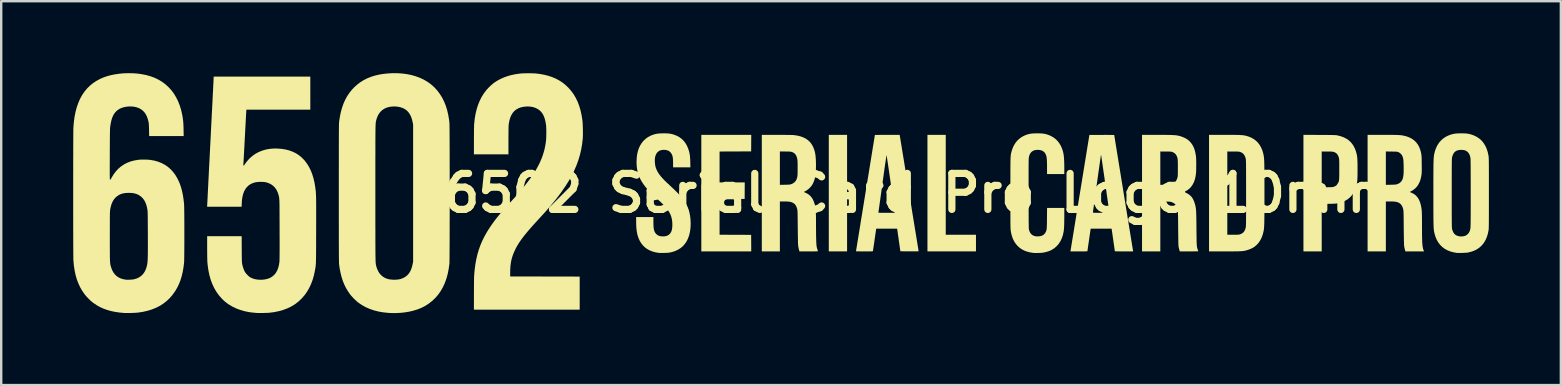
<source format=kicad_pcb>
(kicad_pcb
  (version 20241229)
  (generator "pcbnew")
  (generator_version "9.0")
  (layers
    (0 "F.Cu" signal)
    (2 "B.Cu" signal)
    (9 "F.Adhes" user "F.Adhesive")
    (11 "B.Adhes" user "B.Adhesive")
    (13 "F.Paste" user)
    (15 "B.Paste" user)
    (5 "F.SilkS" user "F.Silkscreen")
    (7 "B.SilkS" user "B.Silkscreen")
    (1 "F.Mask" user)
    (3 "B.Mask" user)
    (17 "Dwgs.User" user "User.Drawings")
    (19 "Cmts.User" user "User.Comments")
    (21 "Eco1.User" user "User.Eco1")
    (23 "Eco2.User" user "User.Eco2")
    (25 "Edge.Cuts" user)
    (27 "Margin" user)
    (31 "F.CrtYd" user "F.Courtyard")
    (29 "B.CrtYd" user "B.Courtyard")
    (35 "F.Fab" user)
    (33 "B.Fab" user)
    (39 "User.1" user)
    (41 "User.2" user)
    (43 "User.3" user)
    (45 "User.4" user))
  (footprint "6502 Serial Card Pro Logo 10mm"
    (layer "F.Cu")
    (at 34.978 4.999)
    (property "Reference" "6502 Serial Card Pro Logo 10mm" (at 0 0 0) (layer "F.SilkS") (effects (font (size 1.5 1.5) (thickness 0.3))))
    (attr board_only exclude_from_pos_files exclude_from_bom)
    (fp_poly (pts (xy -2.724 0) (xy -2.724 2.428) (xy -3.105 2.428) (xy -3.486 2.428) (xy -3.486 0) (xy -3.486 -2.428) (xy -3.105 -2.428) (xy -2.724 -2.428)) (stroke (width 0) (type solid)) (fill yes) (layer "F.SilkS"))
    (fp_poly (pts (xy 1.388 -0.347) (xy 1.388 1.735) (xy 2.018 1.735) (xy 2.648 1.735) (xy 2.648 2.081) (xy 2.648 2.428) (xy 1.637 2.428) (xy 0.626 2.428) (xy 0.626 0) (xy 0.626 -2.428) (xy 1.007 -2.428) (xy 1.388 -2.428)) (stroke (width 0) (type solid)) (fill yes) (layer "F.SilkS"))
    (fp_poly (pts (xy -6.72 -2.084) (xy -6.722 -1.739) (xy -7.38 -1.737) (xy -8.038 -1.734) (xy -8.038 -1.091) (xy -8.038 -0.448) (xy -7.513 -0.448) (xy -6.989 -0.448) (xy -6.991 -0.104) (xy -6.993 0.241) (xy -7.516 0.243) (xy -8.038 0.245) (xy -8.038 0.99) (xy -8.038 1.734) (xy -7.38 1.737) (xy -6.722 1.739) (xy -6.72 2.084) (xy -6.718 2.428) (xy -7.759 2.428) (xy -8.799 2.428) (xy -8.799 0) (xy -8.799 -2.428) (xy -7.759 -2.428) (xy -6.718 -2.428)) (stroke (width 0) (type solid)) (fill yes) (layer "F.SilkS"))
    (fp_poly (pts (xy 16.962 -2.426) (xy 17.087 -2.425) (xy 17.195 -2.425) (xy 17.29 -2.424) (xy 17.37 -2.423) (xy 17.439 -2.422) (xy 17.497 -2.421) (xy 17.545 -2.42) (xy 17.585 -2.419) (xy 17.617 -2.417) (xy 17.644 -2.416) (xy 17.665 -2.414) (xy 17.683 -2.411) (xy 17.698 -2.409) (xy 17.7 -2.408) (xy 17.838 -2.375) (xy 17.962 -2.331) (xy 18.073 -2.276) (xy 18.172 -2.211) (xy 18.258 -2.134) (xy 18.333 -2.046) (xy 18.397 -1.946) (xy 18.45 -1.833) (xy 18.475 -1.766) (xy 18.49 -1.716) (xy 18.504 -1.669) (xy 18.515 -1.624) (xy 18.525 -1.577) (xy 18.533 -1.528) (xy 18.539 -1.475) (xy 18.543 -1.415) (xy 18.546 -1.348) (xy 18.549 -1.27) (xy 18.55 -1.18) (xy 18.551 -1.077) (xy 18.551 -0.99) (xy 18.551 -0.875) (xy 18.55 -0.776) (xy 18.548 -0.689) (xy 18.546 -0.614) (xy 18.542 -0.548) (xy 18.537 -0.491) (xy 18.531 -0.438) (xy 18.523 -0.39) (xy 18.513 -0.344) (xy 18.501 -0.299) (xy 18.487 -0.251) (xy 18.475 -0.214) (xy 18.427 -0.094) (xy 18.368 0.014) (xy 18.298 0.11) (xy 18.217 0.194) (xy 18.124 0.266) (xy 18.018 0.326) (xy 17.901 0.375) (xy 17.77 0.413) (xy 17.7 0.428) (xy 17.673 0.432) (xy 17.641 0.436) (xy 17.604 0.439) (xy 17.558 0.441) (xy 17.502 0.443) (xy 17.434 0.445) (xy 17.351 0.446) (xy 17.339 0.446) (xy 17.057 0.45) (xy 17.057 1.439) (xy 17.057 2.428) (xy 16.677 2.428) (xy 16.296 2.428) (xy 16.296 -0.000468) (xy 16.296 -0.99) (xy 17.057 -0.99) (xy 17.057 -0.245) (xy 17.274 -0.245) (xy 17.349 -0.246) (xy 17.408 -0.247) (xy 17.455 -0.248) (xy 17.491 -0.25) (xy 17.519 -0.254) (xy 17.539 -0.258) (xy 17.607 -0.283) (xy 17.665 -0.319) (xy 17.711 -0.365) (xy 17.744 -0.419) (xy 17.753 -0.442) (xy 17.762 -0.463) (xy 17.769 -0.485) (xy 17.774 -0.509) (xy 17.779 -0.536) (xy 17.782 -0.569) (xy 17.785 -0.608) (xy 17.787 -0.656) (xy 17.788 -0.713) (xy 17.789 -0.782) (xy 17.789 -0.865) (xy 17.789 -0.962) (xy 17.789 -0.99) (xy 17.789 -1.087) (xy 17.789 -1.168) (xy 17.789 -1.236) (xy 17.788 -1.291) (xy 17.787 -1.336) (xy 17.786 -1.372) (xy 17.784 -1.4) (xy 17.782 -1.423) (xy 17.78 -1.441) (xy 17.777 -1.457) (xy 17.774 -1.467) (xy 17.751 -1.54) (xy 17.722 -1.598) (xy 17.686 -1.643) (xy 17.641 -1.678) (xy 17.621 -1.69) (xy 17.594 -1.703) (xy 17.569 -1.713) (xy 17.543 -1.721) (xy 17.513 -1.726) (xy 17.477 -1.73) (xy 17.433 -1.733) (xy 17.378 -1.734) (xy 17.31 -1.734) (xy 17.275 -1.734) (xy 17.057 -1.735) (xy 17.057 -0.99) (xy 16.296 -0.99) (xy 16.296 -2.429)) (stroke (width 0) (type solid)) (fill yes) (layer "F.SilkS"))
    (fp_poly (pts (xy 13.137 -2.428) (xy 13.255 -2.428) (xy 13.36 -2.428) (xy 13.451 -2.427) (xy 13.53 -2.425) (xy 13.599 -2.424) (xy 13.659 -2.421) (xy 13.711 -2.418) (xy 13.757 -2.415) (xy 13.798 -2.41) (xy 13.834 -2.404) (xy 13.868 -2.398) (xy 13.901 -2.39) (xy 13.934 -2.381) (xy 13.968 -2.371) (xy 13.99 -2.364) (xy 14.108 -2.319) (xy 14.215 -2.26) (xy 14.311 -2.189) (xy 14.396 -2.106) (xy 14.47 -2.01) (xy 14.532 -1.902) (xy 14.583 -1.782) (xy 14.621 -1.65) (xy 14.638 -1.571) (xy 14.642 -1.545) (xy 14.646 -1.518) (xy 14.65 -1.488) (xy 14.653 -1.455) (xy 14.656 -1.418) (xy 14.659 -1.377) (xy 14.661 -1.329) (xy 14.663 -1.275) (xy 14.665 -1.214) (xy 14.666 -1.144) (xy 14.667 -1.065) (xy 14.668 -0.977) (xy 14.669 -0.877) (xy 14.67 -0.765) (xy 14.67 -0.641) (xy 14.671 -0.504) (xy 14.671 -0.352) (xy 14.671 -0.184) (xy 14.671 -0.008) (xy 14.671 0.176) (xy 14.671 0.344) (xy 14.671 0.497) (xy 14.67 0.635) (xy 14.67 0.76) (xy 14.669 0.873) (xy 14.668 0.974) (xy 14.667 1.063) (xy 14.666 1.143) (xy 14.665 1.214) (xy 14.663 1.276) (xy 14.661 1.33) (xy 14.658 1.378) (xy 14.656 1.42) (xy 14.653 1.458) (xy 14.649 1.491) (xy 14.646 1.521) (xy 14.642 1.549) (xy 14.638 1.571) (xy 14.605 1.71) (xy 14.561 1.837) (xy 14.504 1.953) (xy 14.436 2.057) (xy 14.355 2.15) (xy 14.262 2.23) (xy 14.258 2.233) (xy 14.2 2.271) (xy 14.13 2.307) (xy 14.052 2.341) (xy 13.971 2.37) (xy 13.892 2.392) (xy 13.88 2.395) (xy 13.852 2.401) (xy 13.823 2.406) (xy 13.793 2.411) (xy 13.76 2.415) (xy 13.724 2.418) (xy 13.682 2.421) (xy 13.634 2.423) (xy 13.578 2.425) (xy 13.513 2.426) (xy 13.437 2.427) (xy 13.35 2.428) (xy 13.25 2.428) (xy 13.136 2.428) (xy 13.005 2.428) (xy 13.003 2.428) (xy 12.362 2.428) (xy 12.362 0) (xy 13.123 0) (xy 13.123 1.735) (xy 13.359 1.735) (xy 13.43 1.734) (xy 13.486 1.734) (xy 13.53 1.733) (xy 13.564 1.732) (xy 13.59 1.73) (xy 13.612 1.727) (xy 13.63 1.723) (xy 13.648 1.718) (xy 13.652 1.717) (xy 13.719 1.69) (xy 13.775 1.653) (xy 13.819 1.606) (xy 13.854 1.547) (xy 13.881 1.474) (xy 13.891 1.434) (xy 13.893 1.424) (xy 13.894 1.413) (xy 13.896 1.4) (xy 13.898 1.385) (xy 13.899 1.365) (xy 13.9 1.341) (xy 13.901 1.312) (xy 13.902 1.277) (xy 13.903 1.235) (xy 13.903 1.185) (xy 13.904 1.126) (xy 13.904 1.059) (xy 13.905 0.981) (xy 13.905 0.892) (xy 13.905 0.792) (xy 13.905 0.679) (xy 13.906 0.553) (xy 13.906 0.412) (xy 13.906 0.257) (xy 13.906 0.086) (xy 13.906 0) (xy 13.906 -0.179) (xy 13.906 -0.341) (xy 13.906 -0.489) (xy 13.905 -0.621) (xy 13.905 -0.741) (xy 13.905 -0.847) (xy 13.905 -0.941) (xy 13.905 -1.024) (xy 13.904 -1.096) (xy 13.904 -1.159) (xy 13.903 -1.212) (xy 13.902 -1.258) (xy 13.901 -1.296) (xy 13.9 -1.328) (xy 13.899 -1.355) (xy 13.898 -1.376) (xy 13.897 -1.393) (xy 13.895 -1.408) (xy 13.894 -1.419) (xy 13.892 -1.429) (xy 13.891 -1.434) (xy 13.867 -1.515) (xy 13.834 -1.583) (xy 13.791 -1.638) (xy 13.738 -1.68) (xy 13.673 -1.711) (xy 13.636 -1.723) (xy 13.616 -1.727) (xy 13.587 -1.73) (xy 13.547 -1.732) (xy 13.495 -1.733) (xy 13.429 -1.734) (xy 13.358 -1.734) (xy 13.123 -1.735) (xy 13.123 0) (xy 12.362 0) (xy 12.362 -2.428) (xy 13.003 -2.428)) (stroke (width 0) (type solid)) (fill yes) (layer "F.SilkS"))
    (fp_poly (pts (xy -10.285 -2.491) (xy -10.215 -2.489) (xy -10.154 -2.484) (xy -10.1 -2.477) (xy -10.048 -2.467) (xy -9.995 -2.454) (xy -9.939 -2.436) (xy -9.925 -2.432) (xy -9.809 -2.385) (xy -9.704 -2.326) (xy -9.61 -2.256) (xy -9.527 -2.172) (xy -9.455 -2.076) (xy -9.394 -1.967) (xy -9.343 -1.845) (xy -9.308 -1.735) (xy -9.294 -1.675) (xy -9.282 -1.613) (xy -9.273 -1.547) (xy -9.267 -1.472) (xy -9.262 -1.387) (xy -9.259 -1.288) (xy -9.259 -1.284) (xy -9.254 -1.075) (xy -9.615 -1.075) (xy -9.976 -1.075) (xy -9.976 -1.243) (xy -9.977 -1.33) (xy -9.98 -1.403) (xy -9.986 -1.464) (xy -9.994 -1.516) (xy -10.006 -1.562) (xy -10.022 -1.603) (xy -10.031 -1.622) (xy -10.07 -1.684) (xy -10.12 -1.734) (xy -10.18 -1.771) (xy -10.251 -1.794) (xy -10.332 -1.804) (xy -10.419 -1.801) (xy -10.494 -1.787) (xy -10.56 -1.758) (xy -10.616 -1.716) (xy -10.662 -1.66) (xy -10.698 -1.592) (xy -10.723 -1.511) (xy -10.729 -1.477) (xy -10.735 -1.422) (xy -10.737 -1.356) (xy -10.734 -1.284) (xy -10.728 -1.213) (xy -10.718 -1.147) (xy -10.708 -1.101) (xy -10.686 -1.033) (xy -10.659 -0.966) (xy -10.626 -0.9) (xy -10.586 -0.833) (xy -10.538 -0.764) (xy -10.481 -0.692) (xy -10.414 -0.616) (xy -10.336 -0.534) (xy -10.246 -0.446) (xy -10.144 -0.35) (xy -10.081 -0.292) (xy -9.955 -0.175) (xy -9.842 -0.065) (xy -9.741 0.038) (xy -9.653 0.137) (xy -9.576 0.231) (xy -9.509 0.323) (xy -9.452 0.414) (xy -9.403 0.504) (xy -9.362 0.594) (xy -9.328 0.687) (xy -9.3 0.783) (xy -9.298 0.792) (xy -9.269 0.934) (xy -9.251 1.084) (xy -9.243 1.237) (xy -9.246 1.39) (xy -9.26 1.538) (xy -9.274 1.623) (xy -9.308 1.763) (xy -9.354 1.892) (xy -9.412 2.008) (xy -9.482 2.113) (xy -9.563 2.205) (xy -9.656 2.285) (xy -9.76 2.352) (xy -9.876 2.408) (xy -10.004 2.451) (xy -10.09 2.471) (xy -10.126 2.478) (xy -10.164 2.483) (xy -10.208 2.487) (xy -10.26 2.489) (xy -10.324 2.491) (xy -10.356 2.492) (xy -10.412 2.492) (xy -10.464 2.492) (xy -10.508 2.492) (xy -10.543 2.492) (xy -10.564 2.491) (xy -10.568 2.491) (xy -10.71 2.467) (xy -10.84 2.431) (xy -10.957 2.383) (xy -11.063 2.324) (xy -11.158 2.253) (xy -11.241 2.169) (xy -11.31 2.079) (xy -11.361 1.994) (xy -11.404 1.904) (xy -11.44 1.808) (xy -11.468 1.705) (xy -11.49 1.592) (xy -11.504 1.468) (xy -11.513 1.332) (xy -11.515 1.187) (xy -11.515 0.998) (xy -11.156 0.998) (xy -10.796 0.998) (xy -10.796 1.188) (xy -10.795 1.289) (xy -10.792 1.375) (xy -10.786 1.447) (xy -10.776 1.509) (xy -10.763 1.561) (xy -10.746 1.606) (xy -10.725 1.646) (xy -10.698 1.682) (xy -10.684 1.698) (xy -10.636 1.741) (xy -10.582 1.772) (xy -10.519 1.792) (xy -10.445 1.802) (xy -10.4 1.803) (xy -10.325 1.8) (xy -10.262 1.789) (xy -10.207 1.768) (xy -10.158 1.738) (xy -10.123 1.708) (xy -10.085 1.665) (xy -10.056 1.615) (xy -10.033 1.556) (xy -10.018 1.486) (xy -10.009 1.404) (xy -10.006 1.311) (xy -10.01 1.197) (xy -10.024 1.094) (xy -10.047 0.997) (xy -10.081 0.903) (xy -10.116 0.829) (xy -10.159 0.756) (xy -10.214 0.676) (xy -10.282 0.592) (xy -10.359 0.505) (xy -10.444 0.417) (xy -10.505 0.36) (xy -10.546 0.322) (xy -10.595 0.277) (xy -10.648 0.227) (xy -10.703 0.177) (xy -10.754 0.129) (xy -10.763 0.121) (xy -10.895 -0.005) (xy -11.012 -0.126) (xy -11.114 -0.244) (xy -11.202 -0.359) (xy -11.277 -0.472) (xy -11.34 -0.585) (xy -11.39 -0.697) (xy -11.418 -0.772) (xy -11.451 -0.884) (xy -11.475 -0.996) (xy -11.49 -1.111) (xy -11.498 -1.235) (xy -11.498 -1.299) (xy -11.492 -1.46) (xy -11.474 -1.611) (xy -11.443 -1.749) (xy -11.4 -1.877) (xy -11.344 -1.993) (xy -11.276 -2.099) (xy -11.199 -2.19) (xy -11.111 -2.271) (xy -11.018 -2.338) (xy -10.916 -2.392) (xy -10.828 -2.427) (xy -10.764 -2.448) (xy -10.704 -2.464) (xy -10.643 -2.476) (xy -10.578 -2.484) (xy -10.505 -2.489) (xy -10.422 -2.491) (xy -10.369 -2.492)) (stroke (width 0) (type solid)) (fill yes) (layer "F.SilkS"))
    (fp_poly (pts (xy 19.724 -2.428) (xy 19.838 -2.428) (xy 19.937 -2.428) (xy 20.024 -2.427) (xy 20.099 -2.426) (xy 20.164 -2.424) (xy 20.22 -2.423) (xy 20.269 -2.42) (xy 20.311 -2.418) (xy 20.349 -2.414) (xy 20.383 -2.41) (xy 20.415 -2.405) (xy 20.446 -2.4) (xy 20.477 -2.394) (xy 20.605 -2.361) (xy 20.722 -2.316) (xy 20.826 -2.26) (xy 20.918 -2.192) (xy 20.998 -2.113) (xy 21.066 -2.021) (xy 21.122 -1.918) (xy 21.166 -1.803) (xy 21.183 -1.743) (xy 21.192 -1.705) (xy 21.2 -1.671) (xy 21.206 -1.639) (xy 21.211 -1.606) (xy 21.215 -1.572) (xy 21.218 -1.532) (xy 21.221 -1.486) (xy 21.223 -1.431) (xy 21.224 -1.365) (xy 21.225 -1.286) (xy 21.226 -1.213) (xy 21.227 -1.122) (xy 21.228 -1.047) (xy 21.228 -0.984) (xy 21.227 -0.932) (xy 21.226 -0.89) (xy 21.225 -0.854) (xy 21.223 -0.823) (xy 21.22 -0.795) (xy 21.216 -0.769) (xy 21.2 -0.673) (xy 21.181 -0.59) (xy 21.158 -0.515) (xy 21.138 -0.465) (xy 21.088 -0.364) (xy 21.029 -0.277) (xy 20.959 -0.201) (xy 20.878 -0.136) (xy 20.799 -0.089) (xy 20.77 -0.073) (xy 20.748 -0.059) (xy 20.736 -0.05) (xy 20.734 -0.048) (xy 20.741 -0.042) (xy 20.761 -0.032) (xy 20.789 -0.02) (xy 20.802 -0.014) (xy 20.889 0.029) (xy 20.966 0.084) (xy 21.032 0.152) (xy 21.089 0.233) (xy 21.135 0.327) (xy 21.173 0.435) (xy 21.191 0.508) (xy 21.2 0.549) (xy 21.208 0.588) (xy 21.214 0.628) (xy 21.22 0.669) (xy 21.224 0.713) (xy 21.228 0.762) (xy 21.231 0.817) (xy 21.233 0.879) (xy 21.235 0.951) (xy 21.236 1.033) (xy 21.237 1.128) (xy 21.237 1.237) (xy 21.237 1.36) (xy 21.238 1.504) (xy 21.238 1.632) (xy 21.239 1.746) (xy 21.241 1.846) (xy 21.243 1.934) (xy 21.245 2.011) (xy 21.249 2.078) (xy 21.253 2.136) (xy 21.258 2.187) (xy 21.264 2.232) (xy 21.271 2.271) (xy 21.279 2.306) (xy 21.288 2.339) (xy 21.299 2.369) (xy 21.301 2.375) (xy 21.321 2.428) (xy 20.934 2.428) (xy 20.546 2.428) (xy 20.537 2.397) (xy 20.515 2.317) (xy 20.5 2.244) (xy 20.492 2.191) (xy 20.49 2.171) (xy 20.488 2.134) (xy 20.487 2.083) (xy 20.485 2.018) (xy 20.483 1.942) (xy 20.482 1.854) (xy 20.48 1.757) (xy 20.479 1.651) (xy 20.477 1.538) (xy 20.476 1.426) (xy 20.475 1.301) (xy 20.474 1.192) (xy 20.473 1.097) (xy 20.472 1.016) (xy 20.471 0.947) (xy 20.47 0.889) (xy 20.469 0.841) (xy 20.468 0.801) (xy 20.466 0.769) (xy 20.464 0.743) (xy 20.463 0.722) (xy 20.46 0.704) (xy 20.458 0.69) (xy 20.455 0.676) (xy 20.452 0.663) (xy 20.452 0.662) (xy 20.426 0.581) (xy 20.392 0.514) (xy 20.351 0.461) (xy 20.301 0.419) (xy 20.261 0.397) (xy 20.222 0.381) (xy 20.181 0.368) (xy 20.136 0.359) (xy 20.083 0.353) (xy 20.02 0.349) (xy 19.945 0.347) (xy 19.904 0.347) (xy 19.731 0.347) (xy 19.731 1.388) (xy 19.731 2.428) (xy 19.35 2.428) (xy 18.97 2.428) (xy 18.97 0) (xy 18.97 -1.04) (xy 19.731 -1.04) (xy 19.731 -0.345) (xy 19.936 -0.349) (xy 20.006 -0.351) (xy 20.061 -0.353) (xy 20.104 -0.355) (xy 20.137 -0.358) (xy 20.162 -0.362) (xy 20.183 -0.366) (xy 20.188 -0.368) (xy 20.245 -0.389) (xy 20.291 -0.414) (xy 20.333 -0.446) (xy 20.338 -0.451) (xy 20.37 -0.484) (xy 20.397 -0.521) (xy 20.419 -0.562) (xy 20.437 -0.611) (xy 20.451 -0.667) (xy 20.462 -0.733) (xy 20.469 -0.81) (xy 20.473 -0.899) (xy 20.474 -1.001) (xy 20.473 -1.119) (xy 20.472 -1.146) (xy 20.47 -1.23) (xy 20.467 -1.298) (xy 20.463 -1.355) (xy 20.458 -1.403) (xy 20.451 -1.444) (xy 20.442 -1.481) (xy 20.431 -1.516) (xy 20.424 -1.536) (xy 20.398 -1.585) (xy 20.36 -1.633) (xy 20.313 -1.674) (xy 20.263 -1.704) (xy 20.251 -1.71) (xy 20.236 -1.716) (xy 20.22 -1.72) (xy 20.204 -1.724) (xy 20.183 -1.727) (xy 20.155 -1.729) (xy 20.119 -1.73) (xy 20.073 -1.731) (xy 20.013 -1.732) (xy 19.966 -1.733) (xy 19.731 -1.736) (xy 19.731 -1.04) (xy 18.97 -1.04) (xy 18.97 -2.428) (xy 19.595 -2.428)) (stroke (width 0) (type solid)) (fill yes) (layer "F.SilkS"))
    (fp_poly (pts (xy -5.538 -2.428) (xy -5.426 -2.428) (xy -5.323 -2.427) (xy -5.229 -2.426) (xy -5.147 -2.425) (xy -5.076 -2.424) (xy -5.019 -2.423) (xy -4.977 -2.421) (xy -4.95 -2.42) (xy -4.948 -2.419) (xy -4.804 -2.399) (xy -4.674 -2.368) (xy -4.556 -2.327) (xy -4.451 -2.275) (xy -4.358 -2.211) (xy -4.277 -2.136) (xy -4.208 -2.049) (xy -4.15 -1.95) (xy -4.103 -1.839) (xy -4.066 -1.716) (xy -4.053 -1.654) (xy -4.042 -1.581) (xy -4.033 -1.494) (xy -4.026 -1.398) (xy -4.022 -1.295) (xy -4.02 -1.188) (xy -4.021 -1.08) (xy -4.024 -0.976) (xy -4.029 -0.877) (xy -4.037 -0.787) (xy -4.047 -0.709) (xy -4.053 -0.678) (xy -4.075 -0.587) (xy -4.105 -0.497) (xy -4.139 -0.415) (xy -4.165 -0.366) (xy -4.21 -0.298) (xy -4.267 -0.232) (xy -4.331 -0.172) (xy -4.4 -0.12) (xy -4.468 -0.081) (xy -4.479 -0.076) (xy -4.506 -0.062) (xy -4.516 -0.051) (xy -4.511 -0.041) (xy -4.495 -0.033) (xy -4.399 0.011) (xy -4.318 0.063) (xy -4.249 0.124) (xy -4.19 0.196) (xy -4.141 0.28) (xy -4.101 0.378) (xy -4.095 0.394) (xy -4.081 0.438) (xy -4.068 0.481) (xy -4.058 0.525) (xy -4.049 0.57) (xy -4.041 0.619) (xy -4.035 0.673) (xy -4.03 0.733) (xy -4.026 0.801) (xy -4.023 0.879) (xy -4.021 0.968) (xy -4.02 1.069) (xy -4.019 1.184) (xy -4.019 1.303) (xy -4.018 1.47) (xy -4.017 1.62) (xy -4.016 1.755) (xy -4.013 1.873) (xy -4.01 1.975) (xy -4.007 2.062) (xy -4.003 2.134) (xy -3.997 2.191) (xy -3.992 2.234) (xy -3.99 2.242) (xy -3.967 2.332) (xy -3.939 2.414) (xy -3.938 2.417) (xy -3.94 2.42) (xy -3.946 2.422) (xy -3.958 2.424) (xy -3.977 2.426) (xy -4.004 2.427) (xy -4.041 2.427) (xy -4.089 2.428) (xy -4.15 2.428) (xy -4.225 2.428) (xy -4.315 2.428) (xy -4.322 2.428) (xy -4.711 2.428) (xy -4.715 2.409) (xy -4.719 2.392) (xy -4.727 2.364) (xy -4.735 2.331) (xy -4.738 2.323) (xy -4.747 2.281) (xy -4.756 2.232) (xy -4.763 2.184) (xy -4.764 2.174) (xy -4.766 2.153) (xy -4.767 2.117) (xy -4.769 2.066) (xy -4.771 2.003) (xy -4.772 1.929) (xy -4.774 1.845) (xy -4.775 1.754) (xy -4.777 1.655) (xy -4.778 1.551) (xy -4.779 1.444) (xy -4.78 1.409) (xy -4.781 1.285) (xy -4.782 1.177) (xy -4.783 1.083) (xy -4.784 1.003) (xy -4.785 0.935) (xy -4.786 0.877) (xy -4.787 0.83) (xy -4.789 0.791) (xy -4.79 0.759) (xy -4.792 0.734) (xy -4.793 0.714) (xy -4.796 0.697) (xy -4.798 0.683) (xy -4.801 0.67) (xy -4.804 0.657) (xy -4.805 0.656) (xy -4.83 0.578) (xy -4.862 0.514) (xy -4.901 0.463) (xy -4.949 0.423) (xy -4.995 0.397) (xy -5.034 0.381) (xy -5.075 0.368) (xy -5.12 0.359) (xy -5.172 0.353) (xy -5.235 0.349) (xy -5.31 0.347) (xy -5.352 0.347) (xy -5.525 0.347) (xy -5.525 1.388) (xy -5.525 2.428) (xy -5.902 2.428) (xy -6.278 2.428) (xy -6.278 0) (xy -6.278 -1.04) (xy -5.525 -1.04) (xy -5.525 -0.345) (xy -5.32 -0.349) (xy -5.253 -0.35) (xy -5.201 -0.352) (xy -5.161 -0.354) (xy -5.129 -0.356) (xy -5.104 -0.36) (xy -5.083 -0.364) (xy -5.064 -0.369) (xy -5.058 -0.371) (xy -4.983 -0.404) (xy -4.92 -0.448) (xy -4.868 -0.505) (xy -4.837 -0.556) (xy -4.828 -0.577) (xy -4.818 -0.608) (xy -4.807 -0.645) (xy -4.804 -0.658) (xy -4.799 -0.678) (xy -4.795 -0.698) (xy -4.792 -0.719) (xy -4.79 -0.743) (xy -4.788 -0.772) (xy -4.787 -0.809) (xy -4.786 -0.855) (xy -4.786 -0.913) (xy -4.785 -0.984) (xy -4.785 -1.041) (xy -4.785 -1.125) (xy -4.785 -1.194) (xy -4.786 -1.25) (xy -4.787 -1.296) (xy -4.789 -1.333) (xy -4.791 -1.363) (xy -4.794 -1.389) (xy -4.797 -1.412) (xy -4.8 -1.426) (xy -4.822 -1.508) (xy -4.851 -1.576) (xy -4.889 -1.631) (xy -4.937 -1.673) (xy -4.996 -1.705) (xy -5.049 -1.722) (xy -5.07 -1.726) (xy -5.097 -1.729) (xy -5.134 -1.732) (xy -5.181 -1.733) (xy -5.241 -1.734) (xy -5.311 -1.735) (xy -5.525 -1.735) (xy -5.525 -1.04) (xy -6.278 -1.04) (xy -6.278 -2.428) (xy -5.657 -2.428)) (stroke (width 0) (type solid)) (fill yes) (layer "F.SilkS"))
    (fp_poly (pts (xy -0.529 -2.409) (xy -0.527 -2.399) (xy -0.523 -2.374) (xy -0.516 -2.332) (xy -0.507 -2.276) (xy -0.495 -2.206) (xy -0.482 -2.123) (xy -0.466 -2.027) (xy -0.448 -1.919) (xy -0.429 -1.799) (xy -0.408 -1.669) (xy -0.385 -1.529) (xy -0.36 -1.38) (xy -0.335 -1.221) (xy -0.308 -1.055) (xy -0.279 -0.882) (xy -0.25 -0.701) (xy -0.22 -0.515) (xy -0.189 -0.323) (xy -0.157 -0.127) (xy -0.135 0.004) (xy -0.103 0.203) (xy -0.071 0.398) (xy -0.04 0.588) (xy -0.011 0.772) (xy 0.018 0.95) (xy 0.046 1.121) (xy 0.073 1.284) (xy 0.098 1.439) (xy 0.122 1.586) (xy 0.144 1.722) (xy 0.165 1.848) (xy 0.184 1.964) (xy 0.2 2.068) (xy 0.215 2.159) (xy 0.228 2.238) (xy 0.239 2.303) (xy 0.247 2.353) (xy 0.253 2.389) (xy 0.256 2.409) (xy 0.257 2.414) (xy 0.257 2.417) (xy 0.255 2.42) (xy 0.248 2.422) (xy 0.236 2.424) (xy 0.217 2.425) (xy 0.19 2.426) (xy 0.152 2.427) (xy 0.104 2.427) (xy 0.043 2.427) (xy -0.032 2.427) (xy -0.121 2.426) (xy -0.503 2.424) (xy -0.57 1.952) (xy -0.637 1.481) (xy -1.074 1.481) (xy -1.51 1.481) (xy -1.577 1.94) (xy -1.589 2.026) (xy -1.601 2.108) (xy -1.612 2.183) (xy -1.622 2.251) (xy -1.631 2.309) (xy -1.638 2.355) (xy -1.643 2.389) (xy -1.646 2.409) (xy -1.647 2.414) (xy -1.649 2.417) (xy -1.653 2.42) (xy -1.662 2.423) (xy -1.677 2.424) (xy -1.698 2.426) (xy -1.729 2.427) (xy -1.77 2.428) (xy -1.822 2.428) (xy -1.888 2.428) (xy -1.969 2.428) (xy -2.002 2.428) (xy -2.077 2.428) (xy -2.146 2.428) (xy -2.209 2.427) (xy -2.262 2.427) (xy -2.305 2.426) (xy -2.335 2.425) (xy -2.35 2.424) (xy -2.352 2.423) (xy -2.351 2.415) (xy -2.347 2.39) (xy -2.34 2.35) (xy -2.332 2.295) (xy -2.32 2.226) (xy -2.307 2.144) (xy -2.292 2.049) (xy -2.274 1.942) (xy -2.255 1.823) (xy -2.234 1.694) (xy -2.211 1.554) (xy -2.187 1.405) (xy -2.162 1.248) (xy -2.135 1.082) (xy -2.106 0.909) (xy -2.09 0.81) (xy -1.419 0.81) (xy -1.416 0.813) (xy -1.409 0.815) (xy -1.396 0.817) (xy -1.376 0.818) (xy -1.347 0.819) (xy -1.308 0.82) (xy -1.257 0.82) (xy -1.192 0.821) (xy -1.113 0.821) (xy -1.076 0.821) (xy -0.73 0.821) (xy -0.741 0.747) (xy -0.762 0.596) (xy -0.783 0.444) (xy -0.804 0.291) (xy -0.826 0.137) (xy -0.848 -0.015) (xy -0.869 -0.166) (xy -0.89 -0.313) (xy -0.911 -0.458) (xy -0.931 -0.597) (xy -0.95 -0.731) (xy -0.969 -0.859) (xy -0.986 -0.979) (xy -1.003 -1.091) (xy -1.018 -1.194) (xy -1.032 -1.287) (xy -1.044 -1.369) (xy -1.055 -1.439) (xy -1.064 -1.496) (xy -1.071 -1.539) (xy -1.075 -1.568) (xy -1.078 -1.581) (xy -1.079 -1.582) (xy -1.081 -1.574) (xy -1.085 -1.55) (xy -1.092 -1.51) (xy -1.1 -1.456) (xy -1.11 -1.389) (xy -1.122 -1.308) (xy -1.136 -1.215) (xy -1.151 -1.111) (xy -1.167 -0.996) (xy -1.185 -0.871) (xy -1.203 -0.738) (xy -1.223 -0.596) (xy -1.244 -0.446) (xy -1.251 -0.396) (xy -1.27 -0.256) (xy -1.289 -0.12) (xy -1.307 0.01) (xy -1.324 0.133) (xy -1.34 0.25) (xy -1.355 0.357) (xy -1.369 0.456) (xy -1.381 0.544) (xy -1.392 0.622) (xy -1.401 0.687) (xy -1.409 0.739) (xy -1.414 0.776) (xy -1.417 0.799) (xy -1.419 0.806) (xy -1.419 0.81) (xy -2.09 0.81) (xy -2.077 0.729) (xy -2.047 0.542) (xy -2.016 0.35) (xy -1.984 0.154) (xy -1.959 0.001) (xy -1.926 -0.199) (xy -1.894 -0.395) (xy -1.863 -0.585) (xy -1.833 -0.77) (xy -1.804 -0.949) (xy -1.776 -1.121) (xy -1.75 -1.285) (xy -1.724 -1.44) (xy -1.701 -1.587) (xy -1.678 -1.724) (xy -1.658 -1.851) (xy -1.639 -1.967) (xy -1.622 -2.071) (xy -1.607 -2.164) (xy -1.594 -2.243) (xy -1.584 -2.308) (xy -1.575 -2.36) (xy -1.569 -2.396) (xy -1.566 -2.417) (xy -1.565 -2.423) (xy -1.557 -2.424) (xy -1.533 -2.425) (xy -1.496 -2.425) (xy -1.445 -2.426) (xy -1.384 -2.427) (xy -1.313 -2.428) (xy -1.234 -2.428) (xy -1.148 -2.428) (xy -1.056 -2.428) (xy -1.049 -2.428) (xy -0.533 -2.428)) (stroke (width 0) (type solid)) (fill yes) (layer "F.SilkS"))
    (fp_poly (pts (xy 8.19 -2.426) (xy 8.264 -2.426) (xy 8.323 -2.425) (xy 8.367 -2.424) (xy 8.397 -2.423) (xy 8.41 -2.421) (xy 8.41 -2.42) (xy 8.412 -2.412) (xy 8.416 -2.387) (xy 8.422 -2.347) (xy 8.431 -2.293) (xy 8.442 -2.226) (xy 8.454 -2.145) (xy 8.469 -2.053) (xy 8.486 -1.95) (xy 8.505 -1.837) (xy 8.524 -1.714) (xy 8.546 -1.582) (xy 8.568 -1.443) (xy 8.592 -1.296) (xy 8.617 -1.144) (xy 8.643 -0.986) (xy 8.669 -0.823) (xy 8.696 -0.656) (xy 8.724 -0.487) (xy 8.752 -0.315) (xy 8.78 -0.142) (xy 8.808 0.032) (xy 8.836 0.206) (xy 8.864 0.379) (xy 8.892 0.549) (xy 8.919 0.718) (xy 8.946 0.883) (xy 8.972 1.043) (xy 8.998 1.199) (xy 9.022 1.349) (xy 9.045 1.492) (xy 9.068 1.627) (xy 9.088 1.755) (xy 9.108 1.873) (xy 9.125 1.982) (xy 9.141 2.08) (xy 9.155 2.166) (xy 9.168 2.241) (xy 9.178 2.302) (xy 9.185 2.349) (xy 9.191 2.382) (xy 9.194 2.399) (xy 9.194 2.401) (xy 9.199 2.428) (xy 8.817 2.428) (xy 8.732 2.428) (xy 8.654 2.428) (xy 8.587 2.427) (xy 8.53 2.426) (xy 8.485 2.425) (xy 8.454 2.423) (xy 8.438 2.422) (xy 8.436 2.421) (xy 8.434 2.411) (xy 8.431 2.387) (xy 8.426 2.349) (xy 8.419 2.301) (xy 8.411 2.243) (xy 8.402 2.178) (xy 8.391 2.107) (xy 8.381 2.033) (xy 8.37 1.957) (xy 8.359 1.881) (xy 8.348 1.808) (xy 8.338 1.738) (xy 8.329 1.674) (xy 8.321 1.618) (xy 8.314 1.571) (xy 8.308 1.536) (xy 8.305 1.513) (xy 8.304 1.508) (xy 8.3 1.481) (xy 7.865 1.481) (xy 7.43 1.481) (xy 7.425 1.508) (xy 7.422 1.525) (xy 7.417 1.556) (xy 7.411 1.599) (xy 7.403 1.653) (xy 7.394 1.714) (xy 7.384 1.783) (xy 7.374 1.855) (xy 7.363 1.93) (xy 7.352 2.006) (xy 7.341 2.081) (xy 7.33 2.153) (xy 7.321 2.22) (xy 7.312 2.281) (xy 7.305 2.332) (xy 7.299 2.373) (xy 7.295 2.402) (xy 7.293 2.416) (xy 7.293 2.417) (xy 7.291 2.42) (xy 7.281 2.422) (xy 7.264 2.424) (xy 7.237 2.426) (xy 7.2 2.427) (xy 7.151 2.428) (xy 7.089 2.428) (xy 7.012 2.428) (xy 6.94 2.428) (xy 6.586 2.428) (xy 6.589 2.405) (xy 6.591 2.395) (xy 6.595 2.369) (xy 6.602 2.327) (xy 6.611 2.271) (xy 6.622 2.2) (xy 6.636 2.117) (xy 6.651 2.02) (xy 6.669 1.912) (xy 6.689 1.792) (xy 6.71 1.662) (xy 6.733 1.521) (xy 6.757 1.371) (xy 6.783 1.213) (xy 6.81 1.046) (xy 6.838 0.872) (xy 6.848 0.81) (xy 7.522 0.81) (xy 7.525 0.813) (xy 7.534 0.815) (xy 7.552 0.817) (xy 7.58 0.818) (xy 7.618 0.819) (xy 7.668 0.82) (xy 7.731 0.82) (xy 7.809 0.821) (xy 7.865 0.821) (xy 7.939 0.821) (xy 8.008 0.82) (xy 8.069 0.819) (xy 8.121 0.819) (xy 8.163 0.817) (xy 8.192 0.816) (xy 8.206 0.815) (xy 8.207 0.814) (xy 8.206 0.804) (xy 8.203 0.778) (xy 8.197 0.738) (xy 8.19 0.684) (xy 8.181 0.619) (xy 8.17 0.542) (xy 8.158 0.456) (xy 8.144 0.361) (xy 8.13 0.259) (xy 8.114 0.151) (xy 8.098 0.037) (xy 8.082 -0.08) (xy 8.064 -0.201) (xy 8.047 -0.323) (xy 8.029 -0.446) (xy 8.012 -0.568) (xy 7.995 -0.688) (xy 7.978 -0.806) (xy 7.961 -0.919) (xy 7.946 -1.028) (xy 7.931 -1.13) (xy 7.918 -1.224) (xy 7.905 -1.31) (xy 7.894 -1.386) (xy 7.884 -1.451) (xy 7.877 -1.505) (xy 7.871 -1.545) (xy 7.867 -1.57) (xy 7.865 -1.58) (xy 7.865 -1.58) (xy 7.856 -1.581) (xy 7.856 -1.58) (xy 7.854 -1.572) (xy 7.85 -1.548) (xy 7.845 -1.509) (xy 7.837 -1.457) (xy 7.828 -1.393) (xy 7.817 -1.317) (xy 7.805 -1.232) (xy 7.792 -1.139) (xy 7.778 -1.037) (xy 7.762 -0.93) (xy 7.746 -0.816) (xy 7.73 -0.699) (xy 7.713 -0.579) (xy 7.696 -0.457) (xy 7.679 -0.335) (xy 7.662 -0.212) (xy 7.645 -0.092) (xy 7.629 0.026) (xy 7.613 0.14) (xy 7.598 0.248) (xy 7.584 0.351) (xy 7.571 0.446) (xy 7.559 0.533) (xy 7.548 0.61) (xy 7.539 0.676) (xy 7.532 0.73) (xy 7.527 0.771) (xy 7.523 0.798) (xy 7.522 0.81) (xy 7.522 0.81) (xy 6.848 0.81) (xy 6.868 0.692) (xy 6.898 0.505) (xy 6.929 0.313) (xy 6.961 0.116) (xy 6.984 -0.021) (xy 7.375 -2.424) (xy 7.892 -2.426) (xy 8.004 -2.427) (xy 8.104 -2.427)) (stroke (width 0) (type solid)) (fill yes) (layer "F.SilkS"))
    (fp_poly (pts (xy 10.333 -2.428) (xy 10.454 -2.428) (xy 10.56 -2.427) (xy 10.654 -2.426) (xy 10.736 -2.425) (xy 10.808 -2.422) (xy 10.871 -2.419) (xy 10.926 -2.416) (xy 10.974 -2.411) (xy 11.018 -2.406) (xy 11.058 -2.399) (xy 11.095 -2.391) (xy 11.131 -2.382) (xy 11.168 -2.372) (xy 11.205 -2.36) (xy 11.216 -2.356) (xy 11.326 -2.313) (xy 11.423 -2.261) (xy 11.508 -2.2) (xy 11.563 -2.148) (xy 11.628 -2.07) (xy 11.684 -1.985) (xy 11.73 -1.891) (xy 11.766 -1.786) (xy 11.795 -1.669) (xy 11.816 -1.539) (xy 11.82 -1.504) (xy 11.822 -1.467) (xy 11.825 -1.417) (xy 11.826 -1.355) (xy 11.828 -1.285) (xy 11.828 -1.211) (xy 11.828 -1.135) (xy 11.827 -1.06) (xy 11.826 -0.989) (xy 11.824 -0.926) (xy 11.822 -0.873) (xy 11.82 -0.849) (xy 11.803 -0.71) (xy 11.775 -0.582) (xy 11.735 -0.467) (xy 11.684 -0.364) (xy 11.622 -0.273) (xy 11.549 -0.194) (xy 11.466 -0.129) (xy 11.373 -0.077) (xy 11.345 -0.062) (xy 11.331 -0.05) (xy 11.334 -0.042) (xy 11.348 -0.036) (xy 11.364 -0.03) (xy 11.39 -0.018) (xy 11.423 -0.003) (xy 11.44 0.005) (xy 11.517 0.051) (xy 11.586 0.107) (xy 11.644 0.17) (xy 11.646 0.173) (xy 11.679 0.223) (xy 11.712 0.286) (xy 11.742 0.357) (xy 11.767 0.43) (xy 11.778 0.47) (xy 11.787 0.505) (xy 11.795 0.538) (xy 11.801 0.57) (xy 11.807 0.602) (xy 11.812 0.636) (xy 11.817 0.673) (xy 11.82 0.714) (xy 11.823 0.761) (xy 11.826 0.815) (xy 11.828 0.877) (xy 11.83 0.948) (xy 11.832 1.03) (xy 11.833 1.123) (xy 11.835 1.23) (xy 11.836 1.352) (xy 11.837 1.468) (xy 11.838 1.599) (xy 11.84 1.714) (xy 11.841 1.814) (xy 11.842 1.902) (xy 11.843 1.977) (xy 11.845 2.041) (xy 11.847 2.096) (xy 11.849 2.142) (xy 11.852 2.181) (xy 11.855 2.214) (xy 11.859 2.242) (xy 11.864 2.267) (xy 11.869 2.29) (xy 11.875 2.311) (xy 11.882 2.332) (xy 11.89 2.355) (xy 11.892 2.359) (xy 11.902 2.388) (xy 11.91 2.411) (xy 11.913 2.422) (xy 11.913 2.423) (xy 11.905 2.424) (xy 11.882 2.425) (xy 11.845 2.426) (xy 11.796 2.427) (xy 11.737 2.427) (xy 11.669 2.428) (xy 11.595 2.428) (xy 11.529 2.428) (xy 11.145 2.428) (xy 11.131 2.386) (xy 11.122 2.358) (xy 11.112 2.32) (xy 11.102 2.28) (xy 11.099 2.266) (xy 11.096 2.251) (xy 11.093 2.236) (xy 11.091 2.22) (xy 11.089 2.2) (xy 11.087 2.177) (xy 11.085 2.149) (xy 11.084 2.115) (xy 11.083 2.073) (xy 11.082 2.023) (xy 11.081 1.963) (xy 11.08 1.892) (xy 11.079 1.808) (xy 11.078 1.712) (xy 11.076 1.6) (xy 11.075 1.473) (xy 11.075 1.472) (xy 11.074 1.342) (xy 11.073 1.227) (xy 11.072 1.126) (xy 11.071 1.039) (xy 11.07 0.964) (xy 11.068 0.9) (xy 11.066 0.846) (xy 11.064 0.801) (xy 11.062 0.762) (xy 11.059 0.73) (xy 11.056 0.703) (xy 11.052 0.68) (xy 11.047 0.659) (xy 11.042 0.639) (xy 11.036 0.62) (xy 11.029 0.6) (xy 11.026 0.591) (xy 10.996 0.524) (xy 10.957 0.47) (xy 10.906 0.425) (xy 10.843 0.39) (xy 10.775 0.366) (xy 10.752 0.361) (xy 10.717 0.357) (xy 10.669 0.354) (xy 10.606 0.351) (xy 10.532 0.349) (xy 10.331 0.345) (xy 10.331 1.387) (xy 10.331 2.428) (xy 9.95 2.428) (xy 9.569 2.428) (xy 9.569 0) (xy 9.569 -1.04) (xy 10.331 -1.04) (xy 10.331 -0.345) (xy 10.532 -0.349) (xy 10.607 -0.351) (xy 10.667 -0.353) (xy 10.713 -0.357) (xy 10.748 -0.36) (xy 10.772 -0.365) (xy 10.777 -0.366) (xy 10.854 -0.395) (xy 10.917 -0.435) (xy 10.969 -0.486) (xy 11.009 -0.548) (xy 11.039 -0.625) (xy 11.043 -0.639) (xy 11.048 -0.657) (xy 11.052 -0.674) (xy 11.055 -0.692) (xy 11.057 -0.713) (xy 11.059 -0.739) (xy 11.06 -0.772) (xy 11.061 -0.814) (xy 11.062 -0.866) (xy 11.062 -0.931) (xy 11.062 -1.01) (xy 11.062 -1.045) (xy 11.062 -1.139) (xy 11.062 -1.218) (xy 11.061 -1.284) (xy 11.059 -1.339) (xy 11.056 -1.384) (xy 11.053 -1.421) (xy 11.047 -1.453) (xy 11.041 -1.481) (xy 11.032 -1.506) (xy 11.022 -1.532) (xy 11.013 -1.553) (xy 10.977 -1.612) (xy 10.928 -1.662) (xy 10.868 -1.7) (xy 10.8 -1.724) (xy 10.795 -1.726) (xy 10.777 -1.728) (xy 10.744 -1.73) (xy 10.7 -1.732) (xy 10.647 -1.733) (xy 10.589 -1.734) (xy 10.545 -1.734) (xy 10.331 -1.735) (xy 10.331 -1.04) (xy 9.569 -1.04) (xy 9.569 -2.428) (xy 10.196 -2.428)) (stroke (width 0) (type solid)) (fill yes) (layer "F.SilkS"))
    (fp_poly (pts (xy -15.906 -4.995) (xy -15.83 -4.993) (xy -15.762 -4.991) (xy -15.706 -4.987) (xy -15.678 -4.985) (xy -15.501 -4.962) (xy -15.337 -4.931) (xy -15.183 -4.892) (xy -15.037 -4.844) (xy -14.896 -4.786) (xy -14.821 -4.75) (xy -14.691 -4.678) (xy -14.57 -4.597) (xy -14.455 -4.503) (xy -14.342 -4.396) (xy -14.337 -4.39) (xy -14.224 -4.261) (xy -14.122 -4.122) (xy -14.032 -3.971) (xy -13.954 -3.809) (xy -13.888 -3.635) (xy -13.833 -3.45) (xy -13.789 -3.252) (xy -13.756 -3.041) (xy -13.753 -3.016) (xy -13.748 -2.962) (xy -13.743 -2.894) (xy -13.74 -2.816) (xy -13.737 -2.732) (xy -13.735 -2.645) (xy -13.734 -2.557) (xy -13.733 -2.474) (xy -13.734 -2.397) (xy -13.737 -2.33) (xy -13.74 -2.276) (xy -13.74 -2.274) (xy -13.767 -2.042) (xy -13.806 -1.815) (xy -13.858 -1.592) (xy -13.924 -1.373) (xy -14.003 -1.155) (xy -14.097 -0.938) (xy -14.205 -0.72) (xy -14.329 -0.502) (xy -14.467 -0.282) (xy -14.622 -0.058) (xy -14.648 -0.022) (xy -14.734 0.094) (xy -14.821 0.208) (xy -14.911 0.321) (xy -15.005 0.436) (xy -15.104 0.554) (xy -15.209 0.676) (xy -15.323 0.805) (xy -15.447 0.941) (xy -15.577 1.083) (xy -15.709 1.227) (xy -15.829 1.36) (xy -15.939 1.484) (xy -16.037 1.599) (xy -16.127 1.707) (xy -16.207 1.808) (xy -16.279 1.903) (xy -16.344 1.994) (xy -16.402 2.08) (xy -16.454 2.164) (xy -16.501 2.246) (xy -16.543 2.327) (xy -16.549 2.339) (xy -16.613 2.478) (xy -16.665 2.614) (xy -16.705 2.749) (xy -16.734 2.887) (xy -16.753 3.031) (xy -16.763 3.185) (xy -16.765 3.283) (xy -16.766 3.473) (xy -15.317 3.475) (xy -13.868 3.478) (xy -13.868 4.167) (xy -13.868 4.857) (xy -16.072 4.857) (xy -18.276 4.857) (xy -18.276 4.211) (xy -18.276 4.105) (xy -18.275 4) (xy -18.275 3.9) (xy -18.274 3.805) (xy -18.273 3.717) (xy -18.272 3.638) (xy -18.271 3.569) (xy -18.27 3.512) (xy -18.269 3.47) (xy -18.267 3.444) (xy -18.247 3.205) (xy -18.218 2.98) (xy -18.18 2.767) (xy -18.133 2.563) (xy -18.076 2.367) (xy -18.008 2.177) (xy -17.93 1.992) (xy -17.84 1.81) (xy -17.738 1.628) (xy -17.681 1.536) (xy -17.606 1.42) (xy -17.528 1.305) (xy -17.445 1.191) (xy -17.357 1.074) (xy -17.262 0.955) (xy -17.159 0.831) (xy -17.046 0.7) (xy -16.923 0.562) (xy -16.789 0.415) (xy -16.772 0.396) (xy -16.681 0.298) (xy -16.6 0.209) (xy -16.528 0.128) (xy -16.461 0.054) (xy -16.399 -0.018) (xy -16.34 -0.087) (xy -16.296 -0.14) (xy -16.147 -0.322) (xy -16.012 -0.496) (xy -15.89 -0.663) (xy -15.781 -0.825) (xy -15.683 -0.982) (xy -15.598 -1.136) (xy -15.522 -1.288) (xy -15.458 -1.439) (xy -15.402 -1.59) (xy -15.356 -1.743) (xy -15.318 -1.898) (xy -15.289 -2.056) (xy -15.275 -2.149) (xy -15.27 -2.198) (xy -15.266 -2.26) (xy -15.262 -2.332) (xy -15.26 -2.41) (xy -15.259 -2.491) (xy -15.259 -2.572) (xy -15.26 -2.65) (xy -15.262 -2.721) (xy -15.265 -2.783) (xy -15.27 -2.832) (xy -15.271 -2.843) (xy -15.292 -2.97) (xy -15.319 -3.083) (xy -15.352 -3.182) (xy -15.392 -3.268) (xy -15.439 -3.343) (xy -15.494 -3.409) (xy -15.559 -3.465) (xy -15.6 -3.495) (xy -15.69 -3.544) (xy -15.79 -3.58) (xy -15.9 -3.603) (xy -16.019 -3.611) (xy -16.097 -3.61) (xy -16.219 -3.597) (xy -16.329 -3.572) (xy -16.428 -3.534) (xy -16.516 -3.483) (xy -16.594 -3.42) (xy -16.66 -3.343) (xy -16.715 -3.254) (xy -16.718 -3.249) (xy -16.762 -3.147) (xy -16.796 -3.033) (xy -16.82 -2.907) (xy -16.829 -2.835) (xy -16.83 -2.813) (xy -16.832 -2.775) (xy -16.833 -2.724) (xy -16.834 -2.66) (xy -16.835 -2.587) (xy -16.836 -2.505) (xy -16.836 -2.415) (xy -16.837 -2.321) (xy -16.837 -2.223) (xy -16.837 -2.185) (xy -16.837 -1.616) (xy -17.557 -1.616) (xy -18.276 -1.616) (xy -18.276 -2.185) (xy -18.276 -2.286) (xy -18.275 -2.384) (xy -18.275 -2.478) (xy -18.274 -2.567) (xy -18.273 -2.648) (xy -18.272 -2.72) (xy -18.27 -2.78) (xy -18.269 -2.828) (xy -18.268 -2.861) (xy -18.267 -2.869) (xy -18.244 -3.09) (xy -18.209 -3.298) (xy -18.162 -3.495) (xy -18.104 -3.68) (xy -18.033 -3.853) (xy -17.951 -4.015) (xy -17.856 -4.164) (xy -17.75 -4.303) (xy -17.675 -4.386) (xy -17.575 -4.484) (xy -17.475 -4.569) (xy -17.372 -4.643) (xy -17.26 -4.71) (xy -17.157 -4.763) (xy -17.013 -4.827) (xy -16.865 -4.879) (xy -16.71 -4.922) (xy -16.545 -4.956) (xy -16.369 -4.981) (xy -16.33 -4.985) (xy -16.28 -4.989) (xy -16.218 -4.992) (xy -16.146 -4.994) (xy -16.068 -4.995) (xy -15.987 -4.995)) (stroke (width 0) (type solid)) (fill yes) (layer "F.SilkS"))
    (fp_poly (pts (xy 5.284 -2.491) (xy 5.355 -2.489) (xy 5.416 -2.484) (xy 5.471 -2.477) (xy 5.522 -2.468) (xy 5.575 -2.455) (xy 5.614 -2.444) (xy 5.735 -2.399) (xy 5.846 -2.341) (xy 5.946 -2.27) (xy 6.035 -2.187) (xy 6.112 -2.092) (xy 6.178 -1.984) (xy 6.232 -1.865) (xy 6.274 -1.734) (xy 6.298 -1.624) (xy 6.307 -1.565) (xy 6.314 -1.491) (xy 6.32 -1.402) (xy 6.325 -1.299) (xy 6.328 -1.185) (xy 6.329 -1.06) (xy 6.329 -1.034) (xy 6.329 -0.795) (xy 5.969 -0.795) (xy 5.61 -0.795) (xy 5.61 -1.06) (xy 5.609 -1.167) (xy 5.608 -1.259) (xy 5.605 -1.337) (xy 5.601 -1.403) (xy 5.596 -1.458) (xy 5.59 -1.504) (xy 5.582 -1.543) (xy 5.574 -1.571) (xy 5.543 -1.642) (xy 5.502 -1.7) (xy 5.45 -1.745) (xy 5.386 -1.777) (xy 5.312 -1.797) (xy 5.227 -1.803) (xy 5.224 -1.803) (xy 5.146 -1.799) (xy 5.08 -1.785) (xy 5.023 -1.761) (xy 4.973 -1.726) (xy 4.965 -1.719) (xy 4.923 -1.673) (xy 4.891 -1.619) (xy 4.867 -1.554) (xy 4.851 -1.476) (xy 4.849 -1.455) (xy 4.847 -1.439) (xy 4.846 -1.413) (xy 4.845 -1.377) (xy 4.844 -1.33) (xy 4.843 -1.272) (xy 4.842 -1.202) (xy 4.842 -1.121) (xy 4.841 -1.026) (xy 4.841 -0.918) (xy 4.841 -0.797) (xy 4.841 -0.661) (xy 4.841 -0.51) (xy 4.841 -0.344) (xy 4.841 -0.162) (xy 4.841 0.036) (xy 4.841 0.055) (xy 4.842 0.238) (xy 4.842 0.405) (xy 4.842 0.556) (xy 4.843 0.693) (xy 4.843 0.816) (xy 4.844 0.926) (xy 4.844 1.023) (xy 4.844 1.109) (xy 4.845 1.185) (xy 4.846 1.25) (xy 4.846 1.306) (xy 4.847 1.354) (xy 4.848 1.395) (xy 4.849 1.428) (xy 4.85 1.455) (xy 4.851 1.478) (xy 4.852 1.495) (xy 4.854 1.509) (xy 4.855 1.52) (xy 4.857 1.528) (xy 4.859 1.536) (xy 4.859 1.536) (xy 4.888 1.613) (xy 4.925 1.677) (xy 4.97 1.726) (xy 5.026 1.764) (xy 5.092 1.789) (xy 5.106 1.793) (xy 5.135 1.798) (xy 5.173 1.801) (xy 5.214 1.803) (xy 5.227 1.803) (xy 5.312 1.797) (xy 5.386 1.778) (xy 5.449 1.747) (xy 5.501 1.703) (xy 5.542 1.647) (xy 5.557 1.617) (xy 5.567 1.596) (xy 5.575 1.575) (xy 5.582 1.554) (xy 5.588 1.531) (xy 5.592 1.504) (xy 5.596 1.472) (xy 5.599 1.434) (xy 5.601 1.387) (xy 5.603 1.33) (xy 5.605 1.261) (xy 5.606 1.18) (xy 5.607 1.084) (xy 5.607 1.043) (xy 5.611 0.618) (xy 5.97 0.618) (xy 6.329 0.618) (xy 6.329 0.946) (xy 6.328 1.086) (xy 6.326 1.21) (xy 6.324 1.319) (xy 6.32 1.413) (xy 6.314 1.493) (xy 6.308 1.561) (xy 6.3 1.616) (xy 6.298 1.624) (xy 6.266 1.765) (xy 6.221 1.893) (xy 6.164 2.01) (xy 6.095 2.115) (xy 6.014 2.208) (xy 5.921 2.29) (xy 5.832 2.35) (xy 5.752 2.392) (xy 5.658 2.428) (xy 5.555 2.458) (xy 5.445 2.48) (xy 5.423 2.483) (xy 5.385 2.487) (xy 5.335 2.49) (xy 5.278 2.493) (xy 5.217 2.494) (xy 5.157 2.495) (xy 5.102 2.494) (xy 5.057 2.493) (xy 5.03 2.49) (xy 4.89 2.467) (xy 4.762 2.433) (xy 4.646 2.388) (xy 4.541 2.33) (xy 4.447 2.261) (xy 4.362 2.179) (xy 4.288 2.087) (xy 4.233 1.997) (xy 4.186 1.901) (xy 4.148 1.794) (xy 4.117 1.676) (xy 4.097 1.571) (xy 4.095 1.558) (xy 4.094 1.544) (xy 4.092 1.528) (xy 4.091 1.51) (xy 4.09 1.488) (xy 4.088 1.462) (xy 4.087 1.43) (xy 4.086 1.393) (xy 4.086 1.349) (xy 4.085 1.298) (xy 4.084 1.239) (xy 4.084 1.17) (xy 4.084 1.092) (xy 4.083 1.004) (xy 4.083 0.903) (xy 4.083 0.791) (xy 4.083 0.666) (xy 4.083 0.527) (xy 4.082 0.374) (xy 4.082 0.206) (xy 4.082 0.021) (xy 4.082 0) (xy 4.082 -0.19) (xy 4.082 -0.363) (xy 4.082 -0.521) (xy 4.083 -0.665) (xy 4.083 -0.795) (xy 4.083 -0.912) (xy 4.083 -1.017) (xy 4.084 -1.111) (xy 4.084 -1.194) (xy 4.085 -1.267) (xy 4.086 -1.332) (xy 4.087 -1.388) (xy 4.089 -1.437) (xy 4.091 -1.48) (xy 4.093 -1.516) (xy 4.095 -1.548) (xy 4.098 -1.576) (xy 4.101 -1.601) (xy 4.104 -1.622) (xy 4.108 -1.643) (xy 4.112 -1.662) (xy 4.117 -1.681) (xy 4.122 -1.701) (xy 4.127 -1.723) (xy 4.129 -1.731) (xy 4.171 -1.862) (xy 4.224 -1.981) (xy 4.29 -2.089) (xy 4.367 -2.185) (xy 4.456 -2.268) (xy 4.556 -2.34) (xy 4.667 -2.398) (xy 4.756 -2.433) (xy 4.817 -2.452) (xy 4.876 -2.467) (xy 4.937 -2.478) (xy 5.003 -2.485) (xy 5.077 -2.49) (xy 5.163 -2.491) (xy 5.199 -2.492)) (stroke (width 0) (type solid)) (fill yes) (layer "F.SilkS"))
    (fp_poly (pts (xy 22.95 -2.491) (xy 23.017 -2.489) (xy 23.074 -2.486) (xy 23.125 -2.48) (xy 23.174 -2.472) (xy 23.224 -2.461) (xy 23.279 -2.446) (xy 23.297 -2.441) (xy 23.392 -2.407) (xy 23.487 -2.362) (xy 23.577 -2.308) (xy 23.659 -2.247) (xy 23.728 -2.182) (xy 23.736 -2.173) (xy 23.814 -2.074) (xy 23.881 -1.962) (xy 23.936 -1.839) (xy 23.978 -1.705) (xy 24.009 -1.561) (xy 24.01 -1.554) (xy 24.012 -1.541) (xy 24.014 -1.527) (xy 24.015 -1.511) (xy 24.017 -1.493) (xy 24.018 -1.471) (xy 24.019 -1.444) (xy 24.02 -1.413) (xy 24.021 -1.376) (xy 24.022 -1.332) (xy 24.023 -1.281) (xy 24.023 -1.221) (xy 24.024 -1.153) (xy 24.024 -1.074) (xy 24.024 -0.985) (xy 24.025 -0.885) (xy 24.025 -0.772) (xy 24.025 -0.647) (xy 24.025 -0.508) (xy 24.025 -0.354) (xy 24.025 -0.185) (xy 24.025 0) (xy 24.025 0.185) (xy 24.025 0.354) (xy 24.025 0.508) (xy 24.025 0.647) (xy 24.025 0.773) (xy 24.025 0.885) (xy 24.024 0.986) (xy 24.024 1.075) (xy 24.024 1.153) (xy 24.023 1.221) (xy 24.023 1.281) (xy 24.022 1.332) (xy 24.021 1.376) (xy 24.02 1.413) (xy 24.019 1.445) (xy 24.018 1.471) (xy 24.017 1.493) (xy 24.015 1.511) (xy 24.014 1.527) (xy 24.012 1.541) (xy 24.01 1.554) (xy 23.98 1.7) (xy 23.938 1.835) (xy 23.884 1.957) (xy 23.819 2.067) (xy 23.742 2.165) (xy 23.654 2.251) (xy 23.553 2.324) (xy 23.442 2.385) (xy 23.318 2.433) (xy 23.184 2.469) (xy 23.149 2.476) (xy 23.119 2.48) (xy 23.076 2.484) (xy 23.023 2.487) (xy 22.963 2.49) (xy 22.902 2.492) (xy 22.841 2.493) (xy 22.785 2.494) (xy 22.737 2.493) (xy 22.702 2.492) (xy 22.692 2.491) (xy 22.547 2.466) (xy 22.413 2.429) (xy 22.291 2.38) (xy 22.18 2.318) (xy 22.081 2.243) (xy 21.993 2.157) (xy 21.917 2.058) (xy 21.853 1.948) (xy 21.801 1.825) (xy 21.761 1.691) (xy 21.745 1.621) (xy 21.741 1.597) (xy 21.737 1.572) (xy 21.733 1.546) (xy 21.73 1.517) (xy 21.727 1.485) (xy 21.724 1.449) (xy 21.722 1.408) (xy 21.72 1.361) (xy 21.718 1.307) (xy 21.717 1.246) (xy 21.715 1.177) (xy 21.714 1.098) (xy 21.713 1.01) (xy 21.713 0.91) (xy 21.712 0.799) (xy 21.712 0.675) (xy 21.711 0.538) (xy 21.711 0.387) (xy 21.711 0.221) (xy 21.711 0.038) (xy 21.711 0) (xy 21.711 -0.007) (xy 22.477 -0.007) (xy 22.477 0) (xy 22.477 0.183) (xy 22.477 0.35) (xy 22.477 0.501) (xy 22.477 0.638) (xy 22.477 0.762) (xy 22.477 0.872) (xy 22.477 0.97) (xy 22.478 1.056) (xy 22.478 1.132) (xy 22.479 1.198) (xy 22.479 1.255) (xy 22.48 1.304) (xy 22.481 1.345) (xy 22.481 1.379) (xy 22.482 1.408) (xy 22.484 1.431) (xy 22.485 1.45) (xy 22.486 1.465) (xy 22.488 1.478) (xy 22.49 1.488) (xy 22.492 1.497) (xy 22.492 1.5) (xy 22.51 1.561) (xy 22.535 1.619) (xy 22.564 1.669) (xy 22.595 1.708) (xy 22.601 1.713) (xy 22.654 1.752) (xy 22.716 1.781) (xy 22.783 1.799) (xy 22.805 1.801) (xy 22.837 1.804) (xy 22.863 1.805) (xy 22.889 1.805) (xy 22.921 1.802) (xy 22.956 1.799) (xy 23.026 1.783) (xy 23.09 1.752) (xy 23.145 1.708) (xy 23.191 1.651) (xy 23.226 1.584) (xy 23.23 1.573) (xy 23.235 1.56) (xy 23.239 1.547) (xy 23.243 1.534) (xy 23.247 1.52) (xy 23.25 1.503) (xy 23.253 1.484) (xy 23.255 1.461) (xy 23.257 1.434) (xy 23.259 1.402) (xy 23.261 1.363) (xy 23.263 1.318) (xy 23.264 1.266) (xy 23.265 1.205) (xy 23.266 1.135) (xy 23.266 1.054) (xy 23.267 0.964) (xy 23.267 0.861) (xy 23.267 0.747) (xy 23.268 0.619) (xy 23.268 0.477) (xy 23.268 0.321) (xy 23.268 0.149) (xy 23.268 0.002) (xy 23.268 -0.209) (xy 23.268 -0.403) (xy 23.267 -0.58) (xy 23.267 -0.741) (xy 23.266 -0.885) (xy 23.266 -1.012) (xy 23.265 -1.123) (xy 23.264 -1.218) (xy 23.263 -1.297) (xy 23.262 -1.359) (xy 23.261 -1.406) (xy 23.26 -1.436) (xy 23.259 -1.449) (xy 23.243 -1.529) (xy 23.221 -1.596) (xy 23.191 -1.652) (xy 23.156 -1.698) (xy 23.109 -1.74) (xy 23.057 -1.771) (xy 22.996 -1.791) (xy 22.925 -1.801) (xy 22.867 -1.803) (xy 22.782 -1.797) (xy 22.707 -1.779) (xy 22.644 -1.748) (xy 22.591 -1.704) (xy 22.548 -1.646) (xy 22.515 -1.575) (xy 22.492 -1.498) (xy 22.49 -1.489) (xy 22.488 -1.479) (xy 22.486 -1.467) (xy 22.485 -1.452) (xy 22.484 -1.433) (xy 22.483 -1.41) (xy 22.482 -1.382) (xy 22.481 -1.348) (xy 22.48 -1.307) (xy 22.479 -1.258) (xy 22.479 -1.202) (xy 22.478 -1.136) (xy 22.478 -1.06) (xy 22.477 -0.974) (xy 22.477 -0.876) (xy 22.477 -0.767) (xy 22.477 -0.644) (xy 22.477 -0.507) (xy 22.477 -0.356) (xy 22.477 -0.189) (xy 22.477 -0.007) (xy 21.711 -0.007) (xy 21.711 -0.186) (xy 21.711 -0.355) (xy 21.711 -0.509) (xy 21.712 -0.649) (xy 21.712 -0.775) (xy 21.713 -0.889) (xy 21.713 -0.991) (xy 21.714 -1.081) (xy 21.715 -1.162) (xy 21.716 -1.233) (xy 21.718 -1.296) (xy 21.72 -1.351) (xy 21.722 -1.399) (xy 21.724 -1.441) (xy 21.726 -1.478) (xy 21.729 -1.511) (xy 21.733 -1.54) (xy 21.736 -1.567) (xy 21.74 -1.592) (xy 21.744 -1.616) (xy 21.745 -1.621) (xy 21.779 -1.759) (xy 21.826 -1.887) (xy 21.884 -2.004) (xy 21.954 -2.109) (xy 22.036 -2.202) (xy 22.129 -2.283) (xy 22.233 -2.351) (xy 22.347 -2.406) (xy 22.417 -2.432) (xy 22.48 -2.451) (xy 22.538 -2.466) (xy 22.596 -2.477) (xy 22.657 -2.484) (xy 22.725 -2.489) (xy 22.803 -2.491) (xy 22.87 -2.492)) (stroke (width 0) (type solid)) (fill yes) (layer "F.SilkS"))
    (fp_poly (pts (xy -21.275 -4.986) (xy -21.075 -4.96) (xy -20.884 -4.922) (xy -20.702 -4.87) (xy -20.53 -4.807) (xy -20.367 -4.73) (xy -20.215 -4.642) (xy -20.075 -4.541) (xy -19.946 -4.429) (xy -19.921 -4.404) (xy -19.803 -4.275) (xy -19.697 -4.134) (xy -19.603 -3.983) (xy -19.521 -3.821) (xy -19.451 -3.648) (xy -19.393 -3.463) (xy -19.347 -3.266) (xy -19.312 -3.057) (xy -19.298 -2.944) (xy -19.297 -2.925) (xy -19.296 -2.89) (xy -19.295 -2.84) (xy -19.294 -2.775) (xy -19.293 -2.696) (xy -19.292 -2.604) (xy -19.291 -2.499) (xy -19.291 -2.383) (xy -19.29 -2.257) (xy -19.289 -2.12) (xy -19.289 -1.975) (xy -19.288 -1.82) (xy -19.288 -1.659) (xy -19.287 -1.49) (xy -19.287 -1.315) (xy -19.287 -1.135) (xy -19.286 -0.95) (xy -19.286 -0.761) (xy -19.286 -0.57) (xy -19.286 -0.376) (xy -19.286 -0.181) (xy -19.286 0.015) (xy -19.286 0.211) (xy -19.286 0.407) (xy -19.286 0.6) (xy -19.286 0.791) (xy -19.286 0.979) (xy -19.287 1.163) (xy -19.287 1.343) (xy -19.287 1.517) (xy -19.288 1.684) (xy -19.288 1.845) (xy -19.289 1.998) (xy -19.289 2.142) (xy -19.29 2.277) (xy -19.291 2.402) (xy -19.292 2.516) (xy -19.292 2.619) (xy -19.293 2.709) (xy -19.294 2.786) (xy -19.295 2.849) (xy -19.296 2.897) (xy -19.297 2.93) (xy -19.298 2.944) (xy -19.328 3.162) (xy -19.369 3.368) (xy -19.423 3.562) (xy -19.488 3.744) (xy -19.566 3.914) (xy -19.656 4.072) (xy -19.757 4.219) (xy -19.871 4.353) (xy -19.997 4.476) (xy -20.134 4.587) (xy -20.284 4.686) (xy -20.329 4.712) (xy -20.472 4.784) (xy -20.627 4.846) (xy -20.794 4.897) (xy -20.97 4.939) (xy -21.155 4.97) (xy -21.346 4.99) (xy -21.543 4.999) (xy -21.744 4.997) (xy -21.84 4.991) (xy -22.05 4.97) (xy -22.249 4.936) (xy -22.438 4.888) (xy -22.617 4.827) (xy -22.786 4.753) (xy -22.944 4.665) (xy -23.09 4.566) (xy -23.146 4.521) (xy -23.208 4.465) (xy -23.272 4.403) (xy -23.334 4.339) (xy -23.39 4.276) (xy -23.437 4.218) (xy -23.438 4.217) (xy -23.529 4.086) (xy -23.61 3.949) (xy -23.681 3.806) (xy -23.742 3.654) (xy -23.793 3.492) (xy -23.836 3.319) (xy -23.872 3.134) (xy -23.892 2.995) (xy -23.893 2.984) (xy -23.894 2.972) (xy -23.896 2.958) (xy -23.897 2.942) (xy -23.898 2.923) (xy -23.899 2.9) (xy -23.9 2.874) (xy -23.9 2.843) (xy -23.901 2.808) (xy -23.902 2.767) (xy -23.902 2.719) (xy -23.903 2.665) (xy -23.904 2.604) (xy -23.904 2.536) (xy -23.904 2.459) (xy -23.905 2.373) (xy -23.905 2.277) (xy -23.905 2.172) (xy -23.906 2.057) (xy -23.906 1.93) (xy -23.906 1.792) (xy -23.906 1.642) (xy -23.906 1.479) (xy -23.906 1.302) (xy -23.907 1.113) (xy -23.907 0.908) (xy -23.907 0.739) (xy -22.384 0.739) (xy -22.384 0.954) (xy -22.384 1.154) (xy -22.384 1.34) (xy -22.383 1.513) (xy -22.383 1.672) (xy -22.383 1.819) (xy -22.383 1.954) (xy -22.383 2.078) (xy -22.382 2.191) (xy -22.382 2.293) (xy -22.381 2.386) (xy -22.381 2.47) (xy -22.38 2.545) (xy -22.379 2.612) (xy -22.378 2.671) (xy -22.377 2.724) (xy -22.376 2.77) (xy -22.375 2.81) (xy -22.374 2.845) (xy -22.372 2.875) (xy -22.37 2.901) (xy -22.369 2.924) (xy -22.367 2.943) (xy -22.364 2.96) (xy -22.362 2.975) (xy -22.36 2.988) (xy -22.357 3.001) (xy -22.354 3.013) (xy -22.351 3.026) (xy -22.347 3.039) (xy -22.345 3.048) (xy -22.311 3.159) (xy -22.264 3.26) (xy -22.207 3.349) (xy -22.138 3.425) (xy -22.06 3.489) (xy -21.971 3.54) (xy -21.874 3.576) (xy -21.863 3.579) (xy -21.782 3.596) (xy -21.691 3.606) (xy -21.595 3.61) (xy -21.5 3.606) (xy -21.41 3.596) (xy -21.368 3.588) (xy -21.324 3.576) (xy -21.274 3.558) (xy -21.228 3.539) (xy -21.216 3.534) (xy -21.131 3.485) (xy -21.057 3.427) (xy -20.993 3.357) (xy -20.939 3.275) (xy -20.894 3.181) (xy -20.857 3.073) (xy -20.829 2.953) (xy -20.81 2.856) (xy -20.81 0) (xy -20.81 -2.856) (xy -20.829 -2.953) (xy -20.859 -3.078) (xy -20.898 -3.19) (xy -20.946 -3.287) (xy -21.005 -3.371) (xy -21.073 -3.442) (xy -21.152 -3.501) (xy -21.241 -3.546) (xy -21.342 -3.58) (xy -21.454 -3.603) (xy -21.471 -3.605) (xy -21.546 -3.611) (xy -21.63 -3.611) (xy -21.714 -3.605) (xy -21.792 -3.595) (xy -21.808 -3.592) (xy -21.914 -3.562) (xy -22.01 -3.519) (xy -22.095 -3.462) (xy -22.17 -3.393) (xy -22.234 -3.311) (xy -22.287 -3.216) (xy -22.328 -3.11) (xy -22.345 -3.048) (xy -22.349 -3.034) (xy -22.352 -3.021) (xy -22.355 -3.008) (xy -22.358 -2.996) (xy -22.361 -2.983) (xy -22.363 -2.969) (xy -22.365 -2.954) (xy -22.367 -2.936) (xy -22.369 -2.915) (xy -22.371 -2.892) (xy -22.373 -2.864) (xy -22.374 -2.832) (xy -22.376 -2.795) (xy -22.377 -2.752) (xy -22.378 -2.704) (xy -22.379 -2.648) (xy -22.38 -2.586) (xy -22.38 -2.516) (xy -22.381 -2.438) (xy -22.382 -2.35) (xy -22.382 -2.254) (xy -22.383 -2.147) (xy -22.383 -2.03) (xy -22.383 -1.902) (xy -22.383 -1.762) (xy -22.383 -1.61) (xy -22.384 -1.446) (xy -22.384 -1.268) (xy -22.384 -1.076) (xy -22.384 -0.87) (xy -22.384 -0.65) (xy -22.384 -0.413) (xy -22.384 -0.161) (xy -22.384 0) (xy -22.384 0.262) (xy -22.384 0.508) (xy -22.384 0.739) (xy -23.907 0.739) (xy -23.907 0.689) (xy -23.907 0.455) (xy -23.907 0.204) (xy -23.907 0) (xy -23.907 -0.263) (xy -23.907 -0.51) (xy -23.907 -0.741) (xy -23.907 -0.956) (xy -23.906 -1.157) (xy -23.906 -1.344) (xy -23.906 -1.517) (xy -23.906 -1.677) (xy -23.906 -1.825) (xy -23.906 -1.96) (xy -23.906 -2.084) (xy -23.905 -2.197) (xy -23.905 -2.3) (xy -23.905 -2.393) (xy -23.904 -2.477) (xy -23.904 -2.552) (xy -23.903 -2.619) (xy -23.903 -2.678) (xy -23.902 -2.731) (xy -23.902 -2.776) (xy -23.901 -2.816) (xy -23.9 -2.851) (xy -23.899 -2.88) (xy -23.899 -2.906) (xy -23.898 -2.927) (xy -23.896 -2.946) (xy -23.895 -2.961) (xy -23.894 -2.975) (xy -23.893 -2.987) (xy -23.892 -2.995) (xy -23.86 -3.201) (xy -23.819 -3.394) (xy -23.768 -3.573) (xy -23.708 -3.741) (xy -23.638 -3.897) (xy -23.557 -4.043) (xy -23.465 -4.18) (xy -23.362 -4.308) (xy -23.272 -4.404) (xy -23.146 -4.519) (xy -23.012 -4.621) (xy -22.868 -4.711) (xy -22.714 -4.788) (xy -22.549 -4.853) (xy -22.375 -4.906) (xy -22.189 -4.947) (xy -21.991 -4.976) (xy -21.782 -4.994) (xy -21.699 -4.997) (xy -21.484 -4.998)) (stroke (width 0) (type solid)) (fill yes) (layer "F.SilkS"))
    (fp_poly (pts (xy -25.095 -4.167) (xy -25.095 -3.477) (xy -26.427 -3.477) (xy -27.759 -3.477) (xy -27.764 -3.408) (xy -27.766 -3.39) (xy -27.767 -3.357) (xy -27.77 -3.31) (xy -27.774 -3.248) (xy -27.778 -3.175) (xy -27.782 -3.09) (xy -27.787 -2.994) (xy -27.793 -2.89) (xy -27.799 -2.778) (xy -27.806 -2.659) (xy -27.812 -2.534) (xy -27.819 -2.405) (xy -27.824 -2.31) (xy -27.831 -2.178) (xy -27.838 -2.05) (xy -27.844 -1.927) (xy -27.851 -1.81) (xy -27.857 -1.701) (xy -27.862 -1.599) (xy -27.867 -1.507) (xy -27.872 -1.425) (xy -27.875 -1.356) (xy -27.879 -1.298) (xy -27.881 -1.255) (xy -27.883 -1.227) (xy -27.884 -1.216) (xy -27.886 -1.183) (xy -27.886 -1.164) (xy -27.883 -1.154) (xy -27.877 -1.151) (xy -27.871 -1.151) (xy -27.854 -1.158) (xy -27.842 -1.175) (xy -27.823 -1.206) (xy -27.795 -1.246) (xy -27.761 -1.291) (xy -27.722 -1.339) (xy -27.682 -1.385) (xy -27.644 -1.428) (xy -27.617 -1.455) (xy -27.504 -1.554) (xy -27.381 -1.64) (xy -27.249 -1.711) (xy -27.108 -1.769) (xy -26.959 -1.813) (xy -26.803 -1.843) (xy -26.639 -1.858) (xy -26.468 -1.858) (xy -26.463 -1.858) (xy -26.288 -1.844) (xy -26.124 -1.818) (xy -25.97 -1.778) (xy -25.827 -1.725) (xy -25.694 -1.66) (xy -25.571 -1.581) (xy -25.457 -1.488) (xy -25.353 -1.382) (xy -25.312 -1.334) (xy -25.222 -1.211) (xy -25.142 -1.079) (xy -25.073 -0.937) (xy -25.013 -0.784) (xy -24.963 -0.618) (xy -24.921 -0.44) (xy -24.889 -0.248) (xy -24.888 -0.241) (xy -24.883 -0.205) (xy -24.879 -0.17) (xy -24.875 -0.137) (xy -24.871 -0.104) (xy -24.867 -0.07) (xy -24.865 -0.034) (xy -24.862 0.004) (xy -24.86 0.045) (xy -24.858 0.091) (xy -24.856 0.142) (xy -24.854 0.199) (xy -24.853 0.263) (xy -24.852 0.335) (xy -24.852 0.415) (xy -24.851 0.505) (xy -24.851 0.605) (xy -24.851 0.717) (xy -24.851 0.841) (xy -24.851 0.979) (xy -24.851 1.13) (xy -24.851 1.296) (xy -24.852 1.478) (xy -24.852 1.531) (xy -24.852 1.713) (xy -24.853 1.878) (xy -24.853 2.029) (xy -24.853 2.165) (xy -24.854 2.288) (xy -24.854 2.398) (xy -24.855 2.496) (xy -24.856 2.584) (xy -24.856 2.662) (xy -24.858 2.731) (xy -24.859 2.792) (xy -24.86 2.845) (xy -24.862 2.892) (xy -24.864 2.934) (xy -24.866 2.971) (xy -24.869 3.005) (xy -24.872 3.036) (xy -24.875 3.064) (xy -24.879 3.092) (xy -24.884 3.12) (xy -24.888 3.148) (xy -24.893 3.178) (xy -24.899 3.21) (xy -24.902 3.224) (xy -24.944 3.424) (xy -24.998 3.613) (xy -25.065 3.791) (xy -25.144 3.958) (xy -25.235 4.113) (xy -25.337 4.257) (xy -25.452 4.389) (xy -25.577 4.508) (xy -25.714 4.616) (xy -25.764 4.65) (xy -25.907 4.734) (xy -26.061 4.807) (xy -26.228 4.869) (xy -26.406 4.919) (xy -26.594 4.958) (xy -26.783 4.983) (xy -26.816 4.986) (xy -26.862 4.989) (xy -26.917 4.991) (xy -26.978 4.993) (xy -27.042 4.995) (xy -27.106 4.996) (xy -27.166 4.997) (xy -27.22 4.997) (xy -27.265 4.997) (xy -27.297 4.996) (xy -27.304 4.996) (xy -27.381 4.989) (xy -27.444 4.983) (xy -27.496 4.978) (xy -27.539 4.973) (xy -27.577 4.969) (xy -27.612 4.964) (xy -27.647 4.958) (xy -27.655 4.957) (xy -27.846 4.918) (xy -28.027 4.865) (xy -28.197 4.8) (xy -28.357 4.722) (xy -28.506 4.632) (xy -28.628 4.541) (xy -28.659 4.515) (xy -28.697 4.48) (xy -28.739 4.441) (xy -28.778 4.401) (xy -28.789 4.39) (xy -28.904 4.259) (xy -29.007 4.116) (xy -29.098 3.961) (xy -29.177 3.794) (xy -29.244 3.616) (xy -29.299 3.426) (xy -29.341 3.223) (xy -29.372 3.009) (xy -29.385 2.877) (xy -29.386 2.847) (xy -29.388 2.802) (xy -29.389 2.744) (xy -29.391 2.675) (xy -29.392 2.598) (xy -29.393 2.513) (xy -29.393 2.424) (xy -29.394 2.331) (xy -29.394 2.279) (xy -29.394 1.794) (xy -28.675 1.794) (xy -27.956 1.794) (xy -27.953 2.333) (xy -27.952 2.445) (xy -27.952 2.541) (xy -27.951 2.623) (xy -27.95 2.692) (xy -27.949 2.75) (xy -27.948 2.798) (xy -27.946 2.837) (xy -27.945 2.87) (xy -27.943 2.896) (xy -27.94 2.919) (xy -27.937 2.938) (xy -27.935 2.953) (xy -27.918 3.028) (xy -27.896 3.104) (xy -27.87 3.178) (xy -27.842 3.243) (xy -27.826 3.274) (xy -27.797 3.319) (xy -27.757 3.367) (xy -27.712 3.415) (xy -27.666 3.459) (xy -27.621 3.495) (xy -27.598 3.51) (xy -27.514 3.55) (xy -27.42 3.581) (xy -27.319 3.601) (xy -27.213 3.61) (xy -27.105 3.61) (xy -27 3.599) (xy -26.899 3.578) (xy -26.806 3.547) (xy -26.743 3.517) (xy -26.659 3.46) (xy -26.585 3.392) (xy -26.523 3.31) (xy -26.472 3.216) (xy -26.431 3.109) (xy -26.401 2.988) (xy -26.381 2.856) (xy -26.38 2.835) (xy -26.379 2.802) (xy -26.378 2.757) (xy -26.377 2.7) (xy -26.376 2.63) (xy -26.375 2.545) (xy -26.375 2.448) (xy -26.374 2.335) (xy -26.374 2.208) (xy -26.374 2.066) (xy -26.374 1.908) (xy -26.375 1.734) (xy -26.375 1.544) (xy -26.375 1.51) (xy -26.376 1.339) (xy -26.376 1.183) (xy -26.377 1.043) (xy -26.377 0.917) (xy -26.377 0.805) (xy -26.378 0.705) (xy -26.378 0.616) (xy -26.379 0.538) (xy -26.38 0.471) (xy -26.381 0.412) (xy -26.382 0.361) (xy -26.384 0.317) (xy -26.386 0.28) (xy -26.388 0.248) (xy -26.39 0.221) (xy -26.393 0.197) (xy -26.396 0.177) (xy -26.399 0.158) (xy -26.403 0.14) (xy -26.407 0.122) (xy -26.412 0.103) (xy -26.417 0.083) (xy -26.419 0.075) (xy -26.455 -0.036) (xy -26.503 -0.135) (xy -26.563 -0.222) (xy -26.634 -0.296) (xy -26.716 -0.358) (xy -26.809 -0.407) (xy -26.913 -0.444) (xy -26.957 -0.454) (xy -27.015 -0.463) (xy -27.085 -0.468) (xy -27.161 -0.47) (xy -27.237 -0.468) (xy -27.31 -0.462) (xy -27.372 -0.453) (xy -27.388 -0.45) (xy -27.493 -0.418) (xy -27.587 -0.374) (xy -27.67 -0.318) (xy -27.742 -0.248) (xy -27.804 -0.166) (xy -27.855 -0.071) (xy -27.895 0.037) (xy -27.925 0.159) (xy -27.944 0.293) (xy -27.953 0.421) (xy -27.958 0.567) (xy -28.676 0.567) (xy -29.394 0.567) (xy -29.394 0.535) (xy -29.393 0.524) (xy -29.392 0.497) (xy -29.39 0.454) (xy -29.387 0.397) (xy -29.383 0.325) (xy -29.379 0.239) (xy -29.374 0.14) (xy -29.369 0.029) (xy -29.362 -0.093) (xy -29.356 -0.227) (xy -29.348 -0.371) (xy -29.341 -0.525) (xy -29.332 -0.688) (xy -29.324 -0.86) (xy -29.315 -1.039) (xy -29.305 -1.225) (xy -29.295 -1.418) (xy -29.285 -1.617) (xy -29.275 -1.821) (xy -29.264 -2.03) (xy -29.258 -2.143) (xy -29.247 -2.354) (xy -29.237 -2.561) (xy -29.227 -2.763) (xy -29.217 -2.959) (xy -29.207 -3.149) (xy -29.198 -3.332) (xy -29.189 -3.508) (xy -29.18 -3.676) (xy -29.172 -3.835) (xy -29.165 -3.984) (xy -29.158 -4.124) (xy -29.151 -4.253) (xy -29.145 -4.37) (xy -29.14 -4.475) (xy -29.135 -4.568) (xy -29.131 -4.648) (xy -29.128 -4.713) (xy -29.126 -4.764) (xy -29.124 -4.8) (xy -29.123 -4.82) (xy -29.123 -4.823) (xy -29.123 -4.857) (xy -27.109 -4.857) (xy -25.095 -4.857)) (stroke (width 0) (type solid)) (fill yes) (layer "F.SilkS"))
    (fp_poly (pts (xy -32.471 -4.995) (xy -32.281 -4.98) (xy -32.118 -4.957) (xy -31.926 -4.919) (xy -31.746 -4.867) (xy -31.577 -4.804) (xy -31.419 -4.727) (xy -31.271 -4.638) (xy -31.133 -4.535) (xy -31.006 -4.42) (xy -30.888 -4.291) (xy -30.87 -4.269) (xy -30.773 -4.136) (xy -30.686 -3.99) (xy -30.608 -3.833) (xy -30.541 -3.665) (xy -30.485 -3.488) (xy -30.441 -3.302) (xy -30.431 -3.249) (xy -30.417 -3.169) (xy -30.406 -3.095) (xy -30.397 -3.023) (xy -30.39 -2.951) (xy -30.385 -2.874) (xy -30.381 -2.79) (xy -30.378 -2.693) (xy -30.377 -2.642) (xy -30.373 -2.378) (xy -31.092 -2.378) (xy -31.811 -2.378) (xy -31.816 -2.625) (xy -31.818 -2.712) (xy -31.82 -2.784) (xy -31.823 -2.843) (xy -31.826 -2.89) (xy -31.831 -2.928) (xy -31.834 -2.947) (xy -31.863 -3.071) (xy -31.9 -3.18) (xy -31.946 -3.276) (xy -32.002 -3.36) (xy -32.068 -3.431) (xy -32.144 -3.49) (xy -32.231 -3.539) (xy -32.249 -3.547) (xy -32.344 -3.58) (xy -32.447 -3.602) (xy -32.556 -3.612) (xy -32.668 -3.611) (xy -32.779 -3.599) (xy -32.885 -3.576) (xy -32.984 -3.542) (xy -33.033 -3.519) (xy -33.108 -3.474) (xy -33.174 -3.421) (xy -33.232 -3.359) (xy -33.283 -3.288) (xy -33.326 -3.205) (xy -33.363 -3.11) (xy -33.393 -3.002) (xy -33.418 -2.88) (xy -33.439 -2.743) (xy -33.439 -2.737) (xy -33.441 -2.715) (xy -33.442 -2.677) (xy -33.444 -2.621) (xy -33.445 -2.55) (xy -33.447 -2.463) (xy -33.448 -2.359) (xy -33.449 -2.241) (xy -33.45 -2.107) (xy -33.451 -1.957) (xy -33.452 -1.793) (xy -33.452 -1.614) (xy -33.452 -1.61) (xy -33.453 -1.455) (xy -33.453 -1.316) (xy -33.454 -1.192) (xy -33.454 -1.082) (xy -33.454 -0.986) (xy -33.454 -0.903) (xy -33.454 -0.831) (xy -33.454 -0.769) (xy -33.454 -0.718) (xy -33.453 -0.676) (xy -33.453 -0.642) (xy -33.452 -0.615) (xy -33.451 -0.595) (xy -33.449 -0.58) (xy -33.448 -0.57) (xy -33.446 -0.564) (xy -33.444 -0.56) (xy -33.442 -0.559) (xy -33.44 -0.558) (xy -33.44 -0.558) (xy -33.43 -0.563) (xy -33.417 -0.577) (xy -33.399 -0.604) (xy -33.376 -0.643) (xy -33.371 -0.653) (xy -33.287 -0.79) (xy -33.195 -0.912) (xy -33.093 -1.02) (xy -32.983 -1.114) (xy -32.863 -1.195) (xy -32.732 -1.263) (xy -32.592 -1.317) (xy -32.44 -1.358) (xy -32.277 -1.387) (xy -32.27 -1.388) (xy -32.216 -1.393) (xy -32.149 -1.397) (xy -32.074 -1.398) (xy -31.996 -1.398) (xy -31.918 -1.396) (xy -31.846 -1.392) (xy -31.783 -1.387) (xy -31.758 -1.384) (xy -31.594 -1.354) (xy -31.44 -1.311) (xy -31.297 -1.254) (xy -31.163 -1.184) (xy -31.04 -1.101) (xy -30.926 -1.003) (xy -30.823 -0.892) (xy -30.728 -0.768) (xy -30.644 -0.629) (xy -30.569 -0.476) (xy -30.537 -0.4) (xy -30.489 -0.264) (xy -30.447 -0.112) (xy -30.411 0.054) (xy -30.382 0.232) (xy -30.36 0.423) (xy -30.356 0.461) (xy -30.355 0.49) (xy -30.353 0.535) (xy -30.352 0.593) (xy -30.35 0.665) (xy -30.349 0.748) (xy -30.348 0.841) (xy -30.347 0.943) (xy -30.346 1.053) (xy -30.346 1.17) (xy -30.345 1.292) (xy -30.345 1.417) (xy -30.345 1.545) (xy -30.345 1.675) (xy -30.345 1.804) (xy -30.345 1.933) (xy -30.345 2.058) (xy -30.346 2.18) (xy -30.346 2.297) (xy -30.347 2.407) (xy -30.348 2.51) (xy -30.349 2.604) (xy -30.35 2.687) (xy -30.351 2.76) (xy -30.353 2.819) (xy -30.354 2.864) (xy -30.356 2.894) (xy -30.356 2.898) (xy -30.381 3.1) (xy -30.414 3.289) (xy -30.456 3.465) (xy -30.507 3.63) (xy -30.567 3.785) (xy -30.638 3.932) (xy -30.718 4.07) (xy -30.737 4.099) (xy -30.842 4.245) (xy -30.957 4.378) (xy -31.083 4.497) (xy -31.22 4.604) (xy -31.367 4.698) (xy -31.526 4.779) (xy -31.695 4.847) (xy -31.876 4.903) (xy -32.067 4.947) (xy -32.27 4.978) (xy -32.287 4.979) (xy -32.329 4.983) (xy -32.384 4.987) (xy -32.447 4.99) (xy -32.516 4.993) (xy -32.588 4.995) (xy -32.658 4.997) (xy -32.723 4.997) (xy -32.78 4.997) (xy -32.826 4.996) (xy -32.846 4.995) (xy -33.046 4.977) (xy -33.233 4.949) (xy -33.408 4.913) (xy -33.571 4.866) (xy -33.725 4.81) (xy -33.87 4.743) (xy -34.007 4.665) (xy -34.137 4.576) (xy -34.191 4.535) (xy -34.244 4.49) (xy -34.302 4.435) (xy -34.362 4.374) (xy -34.421 4.312) (xy -34.473 4.251) (xy -34.509 4.205) (xy -34.606 4.064) (xy -34.692 3.915) (xy -34.765 3.756) (xy -34.828 3.588) (xy -34.879 3.408) (xy -34.919 3.218) (xy -34.949 3.016) (xy -34.969 2.8) (xy -34.969 2.797) (xy -34.97 2.775) (xy -34.971 2.738) (xy -34.971 2.685) (xy -34.972 2.618) (xy -34.973 2.537) (xy -34.973 2.444) (xy -34.974 2.338) (xy -34.975 2.22) (xy -34.975 2.093) (xy -34.976 1.956) (xy -34.976 1.809) (xy -34.976 1.802) (xy -33.451 1.802) (xy -33.451 1.961) (xy -33.451 2.105) (xy -33.451 2.233) (xy -33.45 2.347) (xy -33.45 2.448) (xy -33.449 2.538) (xy -33.449 2.616) (xy -33.448 2.684) (xy -33.446 2.744) (xy -33.445 2.795) (xy -33.442 2.839) (xy -33.44 2.878) (xy -33.437 2.911) (xy -33.434 2.94) (xy -33.43 2.966) (xy -33.425 2.99) (xy -33.42 3.012) (xy -33.414 3.035) (xy -33.407 3.059) (xy -33.4 3.084) (xy -33.4 3.084) (xy -33.361 3.194) (xy -33.311 3.292) (xy -33.249 3.377) (xy -33.177 3.449) (xy -33.095 3.508) (xy -33.002 3.553) (xy -32.9 3.585) (xy -32.846 3.596) (xy -32.813 3.601) (xy -32.787 3.606) (xy -32.771 3.609) (xy -32.77 3.609) (xy -32.751 3.611) (xy -32.719 3.611) (xy -32.677 3.611) (xy -32.63 3.609) (xy -32.582 3.606) (xy -32.535 3.603) (xy -32.494 3.599) (xy -32.462 3.595) (xy -32.452 3.593) (xy -32.343 3.562) (xy -32.246 3.519) (xy -32.161 3.463) (xy -32.086 3.396) (xy -32.023 3.315) (xy -31.971 3.222) (xy -31.929 3.116) (xy -31.898 2.996) (xy -31.898 2.996) (xy -31.893 2.968) (xy -31.888 2.938) (xy -31.884 2.906) (xy -31.88 2.871) (xy -31.877 2.83) (xy -31.874 2.784) (xy -31.872 2.732) (xy -31.87 2.672) (xy -31.868 2.604) (xy -31.867 2.526) (xy -31.866 2.438) (xy -31.866 2.338) (xy -31.865 2.226) (xy -31.865 2.101) (xy -31.866 1.961) (xy -31.866 1.806) (xy -31.866 1.692) (xy -31.867 1.545) (xy -31.868 1.413) (xy -31.868 1.296) (xy -31.869 1.193) (xy -31.87 1.103) (xy -31.87 1.025) (xy -31.871 0.958) (xy -31.872 0.901) (xy -31.873 0.853) (xy -31.874 0.812) (xy -31.876 0.779) (xy -31.877 0.751) (xy -31.879 0.729) (xy -31.881 0.71) (xy -31.883 0.694) (xy -31.884 0.69) (xy -31.908 0.568) (xy -31.939 0.461) (xy -31.978 0.367) (xy -32.025 0.284) (xy -32.081 0.212) (xy -32.119 0.173) (xy -32.19 0.114) (xy -32.266 0.068) (xy -32.349 0.032) (xy -32.441 0.008) (xy -32.543 -0.007) (xy -32.658 -0.011) (xy -32.66 -0.011) (xy -32.772 -0.007) (xy -32.873 0.006) (xy -32.963 0.03) (xy -33.045 0.063) (xy -33.111 0.102) (xy -33.188 0.16) (xy -33.255 0.23) (xy -33.311 0.31) (xy -33.358 0.402) (xy -33.396 0.508) (xy -33.425 0.626) (xy -33.436 0.687) (xy -33.438 0.703) (xy -33.44 0.719) (xy -33.442 0.737) (xy -33.443 0.759) (xy -33.445 0.784) (xy -33.446 0.814) (xy -33.447 0.85) (xy -33.448 0.893) (xy -33.449 0.944) (xy -33.449 1.003) (xy -33.45 1.072) (xy -33.45 1.152) (xy -33.45 1.244) (xy -33.45 1.348) (xy -33.451 1.466) (xy -33.451 1.599) (xy -33.451 1.747) (xy -33.451 1.802) (xy -34.976 1.802) (xy -34.976 1.655) (xy -34.977 1.494) (xy -34.977 1.326) (xy -34.977 1.152) (xy -34.977 0.973) (xy -34.978 0.791) (xy -34.978 0.605) (xy -34.978 0.417) (xy -34.978 0.227) (xy -34.978 0.036) (xy -34.978 -0.154) (xy -34.978 -0.344) (xy -34.978 -0.532) (xy -34.978 -0.718) (xy -34.977 -0.901) (xy -34.977 -1.08) (xy -34.977 -1.254) (xy -34.977 -1.422) (xy -34.976 -1.584) (xy -34.976 -1.739) (xy -34.976 -1.885) (xy -34.975 -2.023) (xy -34.975 -2.151) (xy -34.974 -2.269) (xy -34.974 -2.376) (xy -34.973 -2.47) (xy -34.972 -2.552) (xy -34.972 -2.62) (xy -34.971 -2.673) (xy -34.97 -2.712) (xy -34.969 -2.733) (xy -34.95 -2.964) (xy -34.921 -3.183) (xy -34.88 -3.388) (xy -34.828 -3.581) (xy -34.765 -3.761) (xy -34.692 -3.929) (xy -34.606 -4.084) (xy -34.51 -4.227) (xy -34.402 -4.358) (xy -34.283 -4.476) (xy -34.153 -4.583) (xy -34.011 -4.677) (xy -33.858 -4.759) (xy -33.726 -4.817) (xy -33.57 -4.872) (xy -33.403 -4.917) (xy -33.227 -4.952) (xy -33.043 -4.978) (xy -32.854 -4.994) (xy -32.662 -4.999)) (stroke (width 0) (type solid)) (fill yes) (layer "F.SilkS")))
  (gr_rect
    (start -3 -3)
    (end 62.003 12.998)
    (stroke (width 0.1) (type default))
    (fill no)
    (layer "Edge.Cuts")))
</source>
